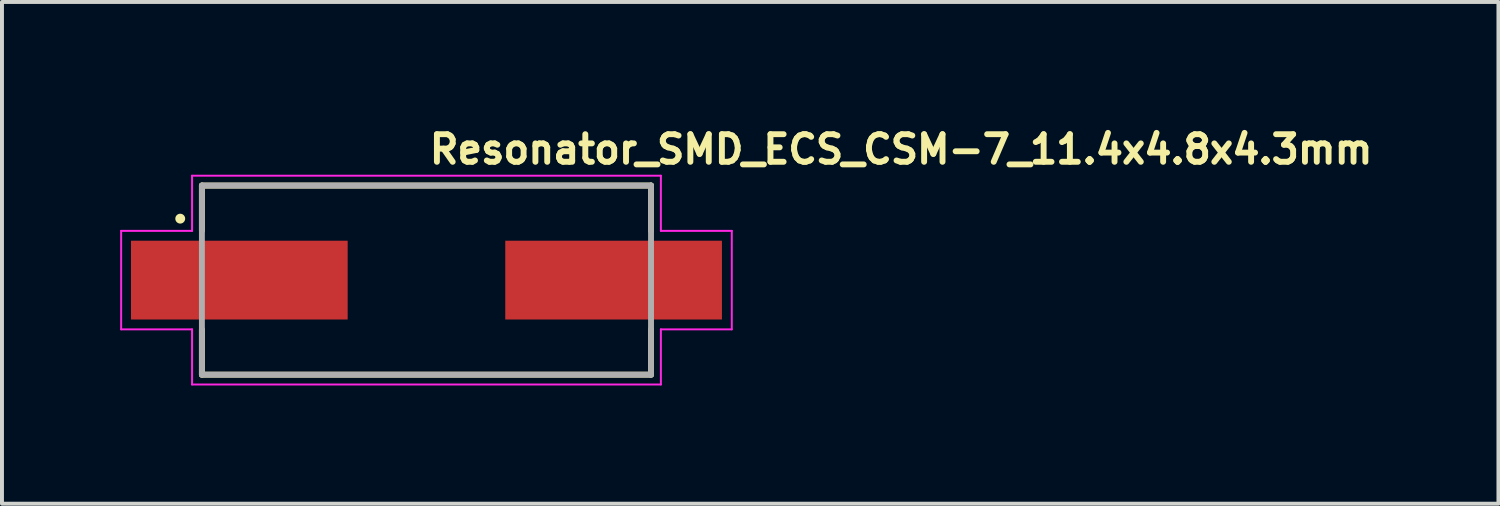
<source format=kicad_pcb>
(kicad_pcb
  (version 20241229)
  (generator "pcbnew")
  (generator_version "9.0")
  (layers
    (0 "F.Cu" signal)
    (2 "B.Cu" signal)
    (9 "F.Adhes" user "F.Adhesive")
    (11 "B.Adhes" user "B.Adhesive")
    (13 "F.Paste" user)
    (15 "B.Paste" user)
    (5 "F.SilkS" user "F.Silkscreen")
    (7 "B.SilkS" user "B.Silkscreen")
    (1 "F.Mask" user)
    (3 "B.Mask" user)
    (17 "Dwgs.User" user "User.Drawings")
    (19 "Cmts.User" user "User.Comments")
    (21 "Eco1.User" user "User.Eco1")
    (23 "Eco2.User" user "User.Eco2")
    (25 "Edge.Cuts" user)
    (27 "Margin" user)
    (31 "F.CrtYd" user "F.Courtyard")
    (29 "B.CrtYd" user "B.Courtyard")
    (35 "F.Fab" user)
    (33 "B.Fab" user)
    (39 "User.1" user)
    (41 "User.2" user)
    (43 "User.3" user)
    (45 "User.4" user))
  (footprint "Resonator_SMD_ECS_CSM-7_11.4x4.8x4.3mm"
    (layer "F.Cu")
    (at 7.775 4.05)
    (property "Reference" "Resonator_SMD_ECS_CSM-7_11.4x4.8x4.3mm" (at 0 -2.9 0) (layer "F.SilkS") (effects (font (size 0.7 0.7) (thickness 0.15)) (justify left bottom)))
    (attr smd)
    (fp_line (start -5.7 -2.39) (end 5.7 -2.39) (stroke (width 0.15) (type solid)) (layer "F.SilkS"))
    (fp_line (start -5.7 -1.244) (end -5.7 -2.39) (stroke (width 0.15) (type solid)) (layer "F.SilkS"))
    (fp_line (start -5.7 2.41) (end -5.7 1.264) (stroke (width 0.15) (type solid)) (layer "F.SilkS"))
    (fp_line (start 5.7 -2.39) (end 5.7 -1.244) (stroke (width 0.15) (type solid)) (layer "F.SilkS"))
    (fp_line (start 5.7 1.264) (end 5.7 2.41) (stroke (width 0.15) (type solid)) (layer "F.SilkS"))
    (fp_line (start 5.7 2.41) (end -5.7 2.41) (stroke (width 0.15) (type solid)) (layer "F.SilkS"))
    (fp_circle (center -6.25 -1.55) (end -6.2 -1.55) (stroke (width 0.15) (type solid)) (fill yes) (layer "F.SilkS"))
    (fp_line (start -7.75 -1.24) (end -5.95 -1.24) (stroke (width 0.05) (type solid)) (layer "F.CrtYd"))
    (fp_line (start -7.75 1.26) (end -7.75 -1.24) (stroke (width 0.05) (type solid)) (layer "F.CrtYd"))
    (fp_line (start -5.95 -2.64) (end 5.95 -2.64) (stroke (width 0.05) (type solid)) (layer "F.CrtYd"))
    (fp_line (start -5.95 -1.24) (end -5.95 -2.64) (stroke (width 0.05) (type solid)) (layer "F.CrtYd"))
    (fp_line (start -5.95 1.26) (end -7.75 1.26) (stroke (width 0.05) (type solid)) (layer "F.CrtYd"))
    (fp_line (start -5.95 2.66) (end -5.95 1.26) (stroke (width 0.05) (type solid)) (layer "F.CrtYd"))
    (fp_line (start 5.95 -2.64) (end 5.95 -1.24) (stroke (width 0.05) (type solid)) (layer "F.CrtYd"))
    (fp_line (start 5.95 -1.24) (end 7.75 -1.24) (stroke (width 0.05) (type solid)) (layer "F.CrtYd"))
    (fp_line (start 5.95 1.26) (end 5.95 2.66) (stroke (width 0.05) (type solid)) (layer "F.CrtYd"))
    (fp_line (start 5.95 2.66) (end -5.95 2.66) (stroke (width 0.05) (type solid)) (layer "F.CrtYd"))
    (fp_line (start 7.75 -1.24) (end 7.75 1.26) (stroke (width 0.05) (type solid)) (layer "F.CrtYd"))
    (fp_line (start 7.75 1.26) (end 5.95 1.26) (stroke (width 0.05) (type solid)) (layer "F.CrtYd"))
    (fp_line (start -5.7 -2.39) (end -5.7 2.41) (stroke (width 0.15) (type solid)) (layer "F.Fab"))
    (fp_line (start -5.7 2.41) (end 5.7 2.41) (stroke (width 0.15) (type solid)) (layer "F.Fab"))
    (fp_line (start 5.7 -2.39) (end -5.7 -2.39) (stroke (width 0.15) (type solid)) (layer "F.Fab"))
    (fp_line (start 5.7 2.41) (end 5.7 -2.39) (stroke (width 0.15) (type solid)) (layer "F.Fab"))
    (fp_rect (start -6.6 -2.4) (end 6.6 2.4) (stroke (width 0.1) (type solid)) (fill no) (layer "User.5"))
    (fp_line (start -6.6 -0.305) (end -5.7 -0.305) (stroke (width 0.02) (type solid)) (layer "User.9"))
    (fp_line (start -6.6 0.325) (end -6.6 -0.305) (stroke (width 0.02) (type solid)) (layer "User.9"))
    (fp_line (start -5.7 -2.4) (end 5.7 -2.4) (stroke (width 0.02) (type solid)) (layer "User.9"))
    (fp_line (start -5.7 0.325) (end -6.6 0.325) (stroke (width 0.02) (type solid)) (layer "User.9"))
    (fp_line (start -5.7 2.4) (end -5.7 -2.4) (stroke (width 0.02) (type solid)) (layer "User.9"))
    (fp_line (start -5.675 0) (end -5.675 0) (stroke (width 0.02) (type solid)) (layer "User.9"))
    (fp_line (start -5.675 0) (end -5.672 -0.118) (stroke (width 0.02) (type solid)) (layer "User.9"))
    (fp_line (start -5.672 -0.118) (end -5.664 -0.235) (stroke (width 0.02) (type solid)) (layer "User.9"))
    (fp_line (start -5.672 0.118) (end -5.675 0) (stroke (width 0.02) (type solid)) (layer "User.9"))
    (fp_line (start -5.664 -0.235) (end -5.649 -0.352) (stroke (width 0.02) (type solid)) (layer "User.9"))
    (fp_line (start -5.664 0.235) (end -5.672 0.118) (stroke (width 0.02) (type solid)) (layer "User.9"))
    (fp_line (start -5.649 -0.352) (end -5.629 -0.468) (stroke (width 0.02) (type solid)) (layer "User.9"))
    (fp_line (start -5.649 0.352) (end -5.664 0.235) (stroke (width 0.02) (type solid)) (layer "User.9"))
    (fp_line (start -5.629 -0.468) (end -5.603 -0.583) (stroke (width 0.02) (type solid)) (layer "User.9"))
    (fp_line (start -5.629 0.468) (end -5.649 0.352) (stroke (width 0.02) (type solid)) (layer "User.9"))
    (fp_line (start -5.603 -0.583) (end -5.572 -0.696) (stroke (width 0.02) (type solid)) (layer "User.9"))
    (fp_line (start -5.603 0.583) (end -5.629 0.468) (stroke (width 0.02) (type solid)) (layer "User.9"))
    (fp_line (start -5.572 -0.696) (end -5.534 -0.808) (stroke (width 0.02) (type solid)) (layer "User.9"))
    (fp_line (start -5.572 0.696) (end -5.603 0.583) (stroke (width 0.02) (type solid)) (layer "User.9"))
    (fp_line (start -5.534 -0.808) (end -5.492 -0.917) (stroke (width 0.02) (type solid)) (layer "User.9"))
    (fp_line (start -5.534 0.808) (end -5.572 0.696) (stroke (width 0.02) (type solid)) (layer "User.9"))
    (fp_line (start -5.492 -0.917) (end -5.444 -1.025) (stroke (width 0.02) (type solid)) (layer "User.9"))
    (fp_line (start -5.492 0.917) (end -5.534 0.808) (stroke (width 0.02) (type solid)) (layer "User.9"))
    (fp_line (start -5.444 -1.025) (end -5.392 -1.13) (stroke (width 0.02) (type solid)) (layer "User.9"))
    (fp_line (start -5.444 1.025) (end -5.492 0.917) (stroke (width 0.02) (type solid)) (layer "User.9"))
    (fp_line (start -5.392 -1.13) (end -5.334 -1.232) (stroke (width 0.02) (type solid)) (layer "User.9"))
    (fp_line (start -5.392 1.13) (end -5.444 1.025) (stroke (width 0.02) (type solid)) (layer "User.9"))
    (fp_line (start -5.334 -1.232) (end -5.271 -1.332) (stroke (width 0.02) (type solid)) (layer "User.9"))
    (fp_line (start -5.334 1.232) (end -5.392 1.13) (stroke (width 0.02) (type solid)) (layer "User.9"))
    (fp_line (start -5.271 -1.332) (end -5.203 -1.428) (stroke (width 0.02) (type solid)) (layer "User.9"))
    (fp_line (start -5.271 1.332) (end -5.334 1.232) (stroke (width 0.02) (type solid)) (layer "User.9"))
    (fp_line (start -5.216 -0.054) (end -5.214 -0.107) (stroke (width 0.02) (type solid)) (layer "User.9"))
    (fp_line (start -5.216 0) (end -5.216 -0.054) (stroke (width 0.02) (type solid)) (layer "User.9"))
    (fp_line (start -5.216 0) (end -5.211 -0.149) (stroke (width 0.02) (type solid)) (layer "User.9"))
    (fp_line (start -5.214 -0.107) (end -5.211 -0.16) (stroke (width 0.02) (type solid)) (layer "User.9"))
    (fp_line (start -5.213 0.121) (end -5.215 0.071) (stroke (width 0.02) (type solid)) (layer "User.9"))
    (fp_line (start -5.211 -0.16) (end -5.206 -0.213) (stroke (width 0.02) (type solid)) (layer "User.9"))
    (fp_line (start -5.211 -0.149) (end -5.197 -0.297) (stroke (width 0.02) (type solid)) (layer "User.9"))
    (fp_line (start -5.211 0.149) (end -5.216 0) (stroke (width 0.02) (type solid)) (layer "User.9"))
    (fp_line (start -5.21 0.171) (end -5.213 0.121) (stroke (width 0.02) (type solid)) (layer "User.9"))
    (fp_line (start -5.206 -0.213) (end -5.201 -0.266) (stroke (width 0.02) (type solid)) (layer "User.9"))
    (fp_line (start -5.206 0.221) (end -5.21 0.171) (stroke (width 0.02) (type solid)) (layer "User.9"))
    (fp_line (start -5.203 -1.428) (end -5.131 -1.521) (stroke (width 0.02) (type solid)) (layer "User.9"))
    (fp_line (start -5.203 1.428) (end -5.271 1.332) (stroke (width 0.02) (type solid)) (layer "User.9"))
    (fp_line (start -5.201 -0.266) (end -5.194 -0.319) (stroke (width 0.02) (type solid)) (layer "User.9"))
    (fp_line (start -5.2 0.27) (end -5.206 0.221) (stroke (width 0.02) (type solid)) (layer "User.9"))
    (fp_line (start -5.197 -0.297) (end -5.173 -0.445) (stroke (width 0.02) (type solid)) (layer "User.9"))
    (fp_line (start -5.197 0.297) (end -5.211 0.149) (stroke (width 0.02) (type solid)) (layer "User.9"))
    (fp_line (start -5.194 -0.319) (end -5.186 -0.371) (stroke (width 0.02) (type solid)) (layer "User.9"))
    (fp_line (start -5.194 0.319) (end -5.2 0.27) (stroke (width 0.02) (type solid)) (layer "User.9"))
    (fp_line (start -5.187 0.368) (end -5.194 0.319) (stroke (width 0.02) (type solid)) (layer "User.9"))
    (fp_line (start -5.186 -0.371) (end -5.177 -0.423) (stroke (width 0.02) (type solid)) (layer "User.9"))
    (fp_line (start -5.178 0.417) (end -5.187 0.368) (stroke (width 0.02) (type solid)) (layer "User.9"))
    (fp_line (start -5.177 -0.423) (end -5.167 -0.475) (stroke (width 0.02) (type solid)) (layer "User.9"))
    (fp_line (start -5.173 -0.445) (end -5.139 -0.59) (stroke (width 0.02) (type solid)) (layer "User.9"))
    (fp_line (start -5.173 0.445) (end -5.197 0.297) (stroke (width 0.02) (type solid)) (layer "User.9"))
    (fp_line (start -5.169 0.466) (end -5.178 0.417) (stroke (width 0.02) (type solid)) (layer "User.9"))
    (fp_line (start -5.167 -0.475) (end -5.155 -0.527) (stroke (width 0.02) (type solid)) (layer "User.9"))
    (fp_line (start -5.158 0.514) (end -5.169 0.466) (stroke (width 0.02) (type solid)) (layer "User.9"))
    (fp_line (start -5.155 -0.527) (end -5.143 -0.578) (stroke (width 0.02) (type solid)) (layer "User.9"))
    (fp_line (start -5.147 0.562) (end -5.158 0.514) (stroke (width 0.02) (type solid)) (layer "User.9"))
    (fp_line (start -5.143 -0.578) (end -5.129 -0.629) (stroke (width 0.02) (type solid)) (layer "User.9"))
    (fp_line (start -5.139 -0.59) (end -5.096 -0.734) (stroke (width 0.02) (type solid)) (layer "User.9"))
    (fp_line (start -5.139 0.59) (end -5.173 0.445) (stroke (width 0.02) (type solid)) (layer "User.9"))
    (fp_line (start -5.134 0.61) (end -5.147 0.562) (stroke (width 0.02) (type solid)) (layer "User.9"))
    (fp_line (start -5.131 -1.521) (end -5.054 -1.61) (stroke (width 0.02) (type solid)) (layer "User.9"))
    (fp_line (start -5.131 1.521) (end -5.203 1.428) (stroke (width 0.02) (type solid)) (layer "User.9"))
    (fp_line (start -5.129 -0.629) (end -5.113 -0.68) (stroke (width 0.02) (type solid)) (layer "User.9"))
    (fp_line (start -5.12 0.658) (end -5.134 0.61) (stroke (width 0.02) (type solid)) (layer "User.9"))
    (fp_line (start -5.113 -0.68) (end -5.097 -0.731) (stroke (width 0.02) (type solid)) (layer "User.9"))
    (fp_line (start -5.105 0.705) (end -5.12 0.658) (stroke (width 0.02) (type solid)) (layer "User.9"))
    (fp_line (start -5.097 -0.731) (end -5.079 -0.781) (stroke (width 0.02) (type solid)) (layer "User.9"))
    (fp_line (start -5.096 -0.734) (end -5.043 -0.876) (stroke (width 0.02) (type solid)) (layer "User.9"))
    (fp_line (start -5.096 0.734) (end -5.139 0.59) (stroke (width 0.02) (type solid)) (layer "User.9"))
    (fp_line (start -5.09 0.753) (end -5.105 0.705) (stroke (width 0.02) (type solid)) (layer "User.9"))
    (fp_line (start -5.079 -0.781) (end -5.061 -0.832) (stroke (width 0.02) (type solid)) (layer "User.9"))
    (fp_line (start -5.073 0.8) (end -5.09 0.753) (stroke (width 0.02) (type solid)) (layer "User.9"))
    (fp_line (start -5.055 -0.847) (end -5.034 -0.898) (stroke (width 0.02) (type solid)) (layer "User.9"))
    (fp_line (start -5.055 0.847) (end -5.073 0.8) (stroke (width 0.02) (type solid)) (layer "User.9"))
    (fp_line (start -5.054 -1.61) (end -4.973 -1.695) (stroke (width 0.02) (type solid)) (layer "User.9"))
    (fp_line (start -5.054 1.61) (end -5.131 1.521) (stroke (width 0.02) (type solid)) (layer "User.9"))
    (fp_line (start -5.043 -0.876) (end -4.98 -1.015) (stroke (width 0.02) (type solid)) (layer "User.9"))
    (fp_line (start -5.043 0.876) (end -5.096 0.734) (stroke (width 0.02) (type solid)) (layer "User.9"))
    (fp_line (start -5.034 -0.898) (end -5.011 -0.949) (stroke (width 0.02) (type solid)) (layer "User.9"))
    (fp_line (start -5.012 0.947) (end -5.035 0.896) (stroke (width 0.02) (type solid)) (layer "User.9"))
    (fp_line (start -5.011 -0.949) (end -4.988 -0.999) (stroke (width 0.02) (type solid)) (layer "User.9"))
    (fp_line (start -4.989 0.998) (end -5.012 0.947) (stroke (width 0.02) (type solid)) (layer "User.9"))
    (fp_line (start -4.988 -0.999) (end -4.964 -1.048) (stroke (width 0.02) (type solid)) (layer "User.9"))
    (fp_line (start -4.98 -1.015) (end -4.908 -1.15) (stroke (width 0.02) (type solid)) (layer "User.9"))
    (fp_line (start -4.98 1.015) (end -5.043 0.876) (stroke (width 0.02) (type solid)) (layer "User.9"))
    (fp_line (start -4.973 -1.695) (end -4.973 -1.695) (stroke (width 0.02) (type solid)) (layer "User.9"))
    (fp_line (start -4.973 -1.695) (end -4.888 -1.777) (stroke (width 0.02) (type solid)) (layer "User.9"))
    (fp_line (start -4.973 1.695) (end -5.054 1.61) (stroke (width 0.02) (type solid)) (layer "User.9"))
    (fp_line (start -4.973 1.695) (end -4.973 1.695) (stroke (width 0.02) (type solid)) (layer "User.9"))
    (fp_line (start -4.964 -1.048) (end -4.938 -1.097) (stroke (width 0.02) (type solid)) (layer "User.9"))
    (fp_line (start -4.964 1.047) (end -4.989 0.998) (stroke (width 0.02) (type solid)) (layer "User.9"))
    (fp_line (start -4.938 -1.097) (end -4.911 -1.145) (stroke (width 0.02) (type solid)) (layer "User.9"))
    (fp_line (start -4.938 1.096) (end -4.964 1.047) (stroke (width 0.02) (type solid)) (layer "User.9"))
    (fp_line (start -4.916 0) (end -4.916 0) (stroke (width 0.02) (type solid)) (layer "User.9"))
    (fp_line (start -4.916 0) (end -4.914 -0.098) (stroke (width 0.02) (type solid)) (layer "User.9"))
    (fp_line (start -4.915 0.062) (end -4.916 0) (stroke (width 0.02) (type solid)) (layer "User.9"))
    (fp_line (start -4.914 -0.098) (end -4.907 -0.196) (stroke (width 0.02) (type solid)) (layer "User.9"))
    (fp_line (start -4.912 0.124) (end -4.915 0.062) (stroke (width 0.02) (type solid)) (layer "User.9"))
    (fp_line (start -4.912 1.145) (end -4.938 1.096) (stroke (width 0.02) (type solid)) (layer "User.9"))
    (fp_line (start -4.911 -1.145) (end -4.884 -1.192) (stroke (width 0.02) (type solid)) (layer "User.9"))
    (fp_line (start -4.908 -1.15) (end -4.908 -1.15) (stroke (width 0.02) (type solid)) (layer "User.9"))
    (fp_line (start -4.908 -1.15) (end -4.869 -1.216) (stroke (width 0.02) (type solid)) (layer "User.9"))
    (fp_line (start -4.908 1.15) (end -4.98 1.015) (stroke (width 0.02) (type solid)) (layer "User.9"))
    (fp_line (start -4.908 1.15) (end -4.908 1.15) (stroke (width 0.02) (type solid)) (layer "User.9"))
    (fp_line (start -4.907 -0.196) (end -4.895 -0.294) (stroke (width 0.02) (type solid)) (layer "User.9"))
    (fp_line (start -4.907 0.186) (end -4.912 0.124) (stroke (width 0.02) (type solid)) (layer "User.9"))
    (fp_line (start -4.901 0.248) (end -4.907 0.186) (stroke (width 0.02) (type solid)) (layer "User.9"))
    (fp_line (start -4.895 -0.294) (end -4.878 -0.39) (stroke (width 0.02) (type solid)) (layer "User.9"))
    (fp_line (start -4.892 0.31) (end -4.901 0.248) (stroke (width 0.02) (type solid)) (layer "User.9"))
    (fp_line (start -4.888 -1.777) (end -4.799 -1.854) (stroke (width 0.02) (type solid)) (layer "User.9"))
    (fp_line (start -4.888 1.777) (end -4.973 1.695) (stroke (width 0.02) (type solid)) (layer "User.9"))
    (fp_line (start -4.884 -1.192) (end -4.855 -1.239) (stroke (width 0.02) (type solid)) (layer "User.9"))
    (fp_line (start -4.884 1.192) (end -4.912 1.145) (stroke (width 0.02) (type solid)) (layer "User.9"))
    (fp_line (start -4.881 0.371) (end -4.892 0.31) (stroke (width 0.02) (type solid)) (layer "User.9"))
    (fp_line (start -4.878 -0.39) (end -4.856 -0.486) (stroke (width 0.02) (type solid)) (layer "User.9"))
    (fp_line (start -4.869 -1.216) (end -4.827 -1.28) (stroke (width 0.02) (type solid)) (layer "User.9"))
    (fp_line (start -4.869 0.432) (end -4.881 0.371) (stroke (width 0.02) (type solid)) (layer "User.9"))
    (fp_line (start -4.856 -0.486) (end -4.83 -0.581) (stroke (width 0.02) (type solid)) (layer "User.9"))
    (fp_line (start -4.855 -1.239) (end -4.825 -1.284) (stroke (width 0.02) (type solid)) (layer "User.9"))
    (fp_line (start -4.855 0.492) (end -4.869 0.432) (stroke (width 0.02) (type solid)) (layer "User.9"))
    (fp_line (start -4.855 0.492) (end -4.855 0.492) (stroke (width 0.02) (type solid)) (layer "User.9"))
    (fp_line (start -4.854 1.239) (end -4.884 1.192) (stroke (width 0.02) (type solid)) (layer "User.9"))
    (fp_line (start -4.847 0.52) (end -4.855 0.492) (stroke (width 0.02) (type solid)) (layer "User.9"))
    (fp_line (start -4.84 0.546) (end -4.847 0.52) (stroke (width 0.02) (type solid)) (layer "User.9"))
    (fp_line (start -4.833 0.571) (end -4.84 0.546) (stroke (width 0.02) (type solid)) (layer "User.9"))
    (fp_line (start -4.83 -0.581) (end -4.799 -0.674) (stroke (width 0.02) (type solid)) (layer "User.9"))
    (fp_line (start -4.827 -1.28) (end -4.784 -1.343) (stroke (width 0.02) (type solid)) (layer "User.9"))
    (fp_line (start -4.827 1.28) (end -4.908 1.15) (stroke (width 0.02) (type solid)) (layer "User.9"))
    (fp_line (start -4.826 0.593) (end -4.833 0.571) (stroke (width 0.02) (type solid)) (layer "User.9"))
    (fp_line (start -4.825 -1.284) (end -4.794 -1.329) (stroke (width 0.02) (type solid)) (layer "User.9"))
    (fp_line (start -4.824 1.285) (end -4.854 1.239) (stroke (width 0.02) (type solid)) (layer "User.9"))
    (fp_line (start -4.82 0.614) (end -4.826 0.593) (stroke (width 0.02) (type solid)) (layer "User.9"))
    (fp_line (start -4.814 0.633) (end -4.82 0.614) (stroke (width 0.02) (type solid)) (layer "User.9"))
    (fp_line (start -4.808 0.649) (end -4.814 0.633) (stroke (width 0.02) (type solid)) (layer "User.9"))
    (fp_line (start -4.803 0.665) (end -4.808 0.649) (stroke (width 0.02) (type solid)) (layer "User.9"))
    (fp_line (start -4.799 -1.854) (end -4.706 -1.926) (stroke (width 0.02) (type solid)) (layer "User.9"))
    (fp_line (start -4.799 -0.674) (end -4.764 -0.765) (stroke (width 0.02) (type solid)) (layer "User.9"))
    (fp_line (start -4.799 1.854) (end -4.888 1.777) (stroke (width 0.02) (type solid)) (layer "User.9"))
    (fp_line (start -4.794 -1.329) (end -4.761 -1.374) (stroke (width 0.02) (type solid)) (layer "User.9"))
    (fp_line (start -4.794 0.689) (end -4.803 0.665) (stroke (width 0.02) (type solid)) (layer "User.9"))
    (fp_line (start -4.793 1.33) (end -4.824 1.285) (stroke (width 0.02) (type solid)) (layer "User.9"))
    (fp_line (start -4.787 0.707) (end -4.794 0.689) (stroke (width 0.02) (type solid)) (layer "User.9"))
    (fp_line (start -4.784 -1.343) (end -4.738 -1.404) (stroke (width 0.02) (type solid)) (layer "User.9"))
    (fp_line (start -4.783 0.718) (end -4.787 0.707) (stroke (width 0.02) (type solid)) (layer "User.9"))
    (fp_line (start -4.781 0.722) (end -4.783 0.718) (stroke (width 0.02) (type solid)) (layer "User.9"))
    (fp_line (start -4.781 0.722) (end -4.781 0.722) (stroke (width 0.02) (type solid)) (layer "User.9"))
    (fp_line (start -4.77 0.75) (end -4.781 0.722) (stroke (width 0.02) (type solid)) (layer "User.9"))
    (fp_line (start -4.764 -0.765) (end -4.724 -0.855) (stroke (width 0.02) (type solid)) (layer "User.9"))
    (fp_line (start -4.761 -1.374) (end -4.728 -1.417) (stroke (width 0.02) (type solid)) (layer "User.9"))
    (fp_line (start -4.761 1.375) (end -4.793 1.33) (stroke (width 0.02) (type solid)) (layer "User.9"))
    (fp_line (start -4.759 0.778) (end -4.77 0.75) (stroke (width 0.02) (type solid)) (layer "User.9"))
    (fp_line (start -4.747 0.805) (end -4.759 0.778) (stroke (width 0.02) (type solid)) (layer "User.9"))
    (fp_line (start -4.738 -1.404) (end -4.691 -1.463) (stroke (width 0.02) (type solid)) (layer "User.9"))
    (fp_line (start -4.738 1.404) (end -4.827 1.28) (stroke (width 0.02) (type solid)) (layer "User.9"))
    (fp_line (start -4.734 0.833) (end -4.747 0.805) (stroke (width 0.02) (type solid)) (layer "User.9"))
    (fp_line (start -4.728 -1.417) (end -4.694 -1.46) (stroke (width 0.02) (type solid)) (layer "User.9"))
    (fp_line (start -4.727 1.419) (end -4.761 1.375) (stroke (width 0.02) (type solid)) (layer "User.9"))
    (fp_line (start -4.724 -0.855) (end -4.68 -0.943) (stroke (width 0.02) (type solid)) (layer "User.9"))
    (fp_line (start -4.721 0.86) (end -4.734 0.833) (stroke (width 0.02) (type solid)) (layer "User.9"))
    (fp_line (start -4.708 0.887) (end -4.721 0.86) (stroke (width 0.02) (type solid)) (layer "User.9"))
    (fp_line (start -4.706 -1.926) (end -4.609 -1.994) (stroke (width 0.02) (type solid)) (layer "User.9"))
    (fp_line (start -4.706 1.926) (end -4.799 1.854) (stroke (width 0.02) (type solid)) (layer "User.9"))
    (fp_line (start -4.695 0.914) (end -4.708 0.887) (stroke (width 0.02) (type solid)) (layer "User.9"))
    (fp_line (start -4.694 -1.46) (end -4.658 -1.502) (stroke (width 0.02) (type solid)) (layer "User.9"))
    (fp_line (start -4.692 1.462) (end -4.727 1.419) (stroke (width 0.02) (type solid)) (layer "User.9"))
    (fp_line (start -4.691 -1.463) (end -4.642 -1.52) (stroke (width 0.02) (type solid)) (layer "User.9"))
    (fp_line (start -4.681 0.941) (end -4.695 0.914) (stroke (width 0.02) (type solid)) (layer "User.9"))
    (fp_line (start -4.681 0.941) (end -4.681 0.941) (stroke (width 0.02) (type solid)) (layer "User.9"))
    (fp_line (start -4.68 -0.943) (end -4.632 -1.028) (stroke (width 0.02) (type solid)) (layer "User.9"))
    (fp_line (start -4.658 -1.502) (end -4.621 -1.544) (stroke (width 0.02) (type solid)) (layer "User.9"))
    (fp_line (start -4.657 1.504) (end -4.692 1.462) (stroke (width 0.02) (type solid)) (layer "User.9"))
    (fp_line (start -4.655 0.989) (end -4.681 0.941) (stroke (width 0.02) (type solid)) (layer "User.9"))
    (fp_line (start -4.642 -1.52) (end -4.591 -1.576) (stroke (width 0.02) (type solid)) (layer "User.9"))
    (fp_line (start -4.642 1.52) (end -4.738 1.404) (stroke (width 0.02) (type solid)) (layer "User.9"))
    (fp_line (start -4.632 -1.028) (end -4.579 -1.111) (stroke (width 0.02) (type solid)) (layer "User.9"))
    (fp_line (start -4.627 1.036) (end -4.655 0.989) (stroke (width 0.02) (type solid)) (layer "User.9"))
    (fp_line (start -4.621 -1.544) (end -4.584 -1.584) (stroke (width 0.02) (type solid)) (layer "User.9"))
    (fp_line (start -4.62 1.546) (end -4.657 1.504) (stroke (width 0.02) (type solid)) (layer "User.9"))
    (fp_line (start -4.609 -1.994) (end -4.51 -2.056) (stroke (width 0.02) (type solid)) (layer "User.9"))
    (fp_line (start -4.609 1.994) (end -4.706 1.926) (stroke (width 0.02) (type solid)) (layer "User.9"))
    (fp_line (start -4.598 1.083) (end -4.627 1.036) (stroke (width 0.02) (type solid)) (layer "User.9"))
    (fp_line (start -4.591 -1.576) (end -4.539 -1.63) (stroke (width 0.02) (type solid)) (layer "User.9"))
    (fp_line (start -4.582 1.586) (end -4.62 1.546) (stroke (width 0.02) (type solid)) (layer "User.9"))
    (fp_line (start -4.579 -1.111) (end -4.523 -1.192) (stroke (width 0.02) (type solid)) (layer "User.9"))
    (fp_line (start -4.568 1.128) (end -4.598 1.083) (stroke (width 0.02) (type solid)) (layer "User.9"))
    (fp_line (start -4.543 -1.626) (end -4.503 -1.665) (stroke (width 0.02) (type solid)) (layer "User.9"))
    (fp_line (start -4.543 1.626) (end -4.582 1.586) (stroke (width 0.02) (type solid)) (layer "User.9"))
    (fp_line (start -4.539 -1.63) (end -4.485 -1.682) (stroke (width 0.02) (type solid)) (layer "User.9"))
    (fp_line (start -4.539 1.63) (end -4.642 1.52) (stroke (width 0.02) (type solid)) (layer "User.9"))
    (fp_line (start -4.537 1.173) (end -4.568 1.128) (stroke (width 0.02) (type solid)) (layer "User.9"))
    (fp_line (start -4.523 -1.192) (end -4.463 -1.269) (stroke (width 0.02) (type solid)) (layer "User.9"))
    (fp_line (start -4.51 -2.056) (end -4.408 -2.114) (stroke (width 0.02) (type solid)) (layer "User.9"))
    (fp_line (start -4.51 2.056) (end -4.609 1.994) (stroke (width 0.02) (type solid)) (layer "User.9"))
    (fp_line (start -4.504 1.217) (end -4.537 1.173) (stroke (width 0.02) (type solid)) (layer "User.9"))
    (fp_line (start -4.503 -1.665) (end -4.462 -1.703) (stroke (width 0.02) (type solid)) (layer "User.9"))
    (fp_line (start -4.485 -1.682) (end -4.43 -1.732) (stroke (width 0.02) (type solid)) (layer "User.9"))
    (fp_line (start -4.47 1.26) (end -4.504 1.217) (stroke (width 0.02) (type solid)) (layer "User.9"))
    (fp_line (start -4.463 -1.269) (end -4.398 -1.343) (stroke (width 0.02) (type solid)) (layer "User.9"))
    (fp_line (start -4.462 -1.703) (end -4.42 -1.74) (stroke (width 0.02) (type solid)) (layer "User.9"))
    (fp_line (start -4.46 1.705) (end -4.5 1.667) (stroke (width 0.02) (type solid)) (layer "User.9"))
    (fp_line (start -4.435 1.302) (end -4.47 1.26) (stroke (width 0.02) (type solid)) (layer "User.9"))
    (fp_line (start -4.43 -1.732) (end -4.372 -1.78) (stroke (width 0.02) (type solid)) (layer "User.9"))
    (fp_line (start -4.43 1.732) (end -4.539 1.63) (stroke (width 0.02) (type solid)) (layer "User.9"))
    (fp_line (start -4.42 -1.74) (end -4.378 -1.776) (stroke (width 0.02) (type solid)) (layer "User.9"))
    (fp_line (start -4.418 1.742) (end -4.46 1.705) (stroke (width 0.02) (type solid)) (layer "User.9"))
    (fp_line (start -4.408 -2.114) (end -4.302 -2.167) (stroke (width 0.02) (type solid)) (layer "User.9"))
    (fp_line (start -4.408 2.114) (end -4.51 2.056) (stroke (width 0.02) (type solid)) (layer "User.9"))
    (fp_line (start -4.399 1.343) (end -4.435 1.302) (stroke (width 0.02) (type solid)) (layer "User.9"))
    (fp_line (start -4.398 -1.343) (end -4.331 -1.414) (stroke (width 0.02) (type solid)) (layer "User.9"))
    (fp_line (start -4.378 -1.776) (end -4.335 -1.811) (stroke (width 0.02) (type solid)) (layer "User.9"))
    (fp_line (start -4.376 1.777) (end -4.418 1.742) (stroke (width 0.02) (type solid)) (layer "User.9"))
    (fp_line (start -4.372 -1.78) (end -4.314 -1.827) (stroke (width 0.02) (type solid)) (layer "User.9"))
    (fp_line (start -4.362 1.383) (end -4.399 1.343) (stroke (width 0.02) (type solid)) (layer "User.9"))
    (fp_line (start -4.335 -1.811) (end -4.291 -1.844) (stroke (width 0.02) (type solid)) (layer "User.9"))
    (fp_line (start -4.333 1.812) (end -4.376 1.777) (stroke (width 0.02) (type solid)) (layer "User.9"))
    (fp_line (start -4.331 -1.414) (end -4.331 -1.414) (stroke (width 0.02) (type solid)) (layer "User.9"))
    (fp_line (start -4.331 -1.414) (end -4.26 -1.482) (stroke (width 0.02) (type solid)) (layer "User.9"))
    (fp_line (start -4.323 1.422) (end -4.362 1.383) (stroke (width 0.02) (type solid)) (layer "User.9"))
    (fp_line (start -4.314 -1.827) (end -4.254 -1.871) (stroke (width 0.02) (type solid)) (layer "User.9"))
    (fp_line (start -4.314 1.827) (end -4.43 1.732) (stroke (width 0.02) (type solid)) (layer "User.9"))
    (fp_line (start -4.302 -2.167) (end -4.195 -2.215) (stroke (width 0.02) (type solid)) (layer "User.9"))
    (fp_line (start -4.302 2.167) (end -4.408 2.114) (stroke (width 0.02) (type solid)) (layer "User.9"))
    (fp_line (start -4.291 -1.844) (end -4.247 -1.877) (stroke (width 0.02) (type solid)) (layer "User.9"))
    (fp_line (start -4.29 1.845) (end -4.333 1.812) (stroke (width 0.02) (type solid)) (layer "User.9"))
    (fp_line (start -4.284 1.459) (end -4.323 1.422) (stroke (width 0.02) (type solid)) (layer "User.9"))
    (fp_line (start -4.26 -1.482) (end -4.185 -1.546) (stroke (width 0.02) (type solid)) (layer "User.9"))
    (fp_line (start -4.254 -1.871) (end -4.193 -1.913) (stroke (width 0.02) (type solid)) (layer "User.9"))
    (fp_line (start -4.247 -1.877) (end -4.201 -1.908) (stroke (width 0.02) (type solid)) (layer "User.9"))
    (fp_line (start -4.246 1.877) (end -4.29 1.845) (stroke (width 0.02) (type solid)) (layer "User.9"))
    (fp_line (start -4.243 1.496) (end -4.284 1.459) (stroke (width 0.02) (type solid)) (layer "User.9"))
    (fp_line (start -4.202 1.532) (end -4.243 1.496) (stroke (width 0.02) (type solid)) (layer "User.9"))
    (fp_line (start -4.201 -1.908) (end -4.155 -1.938) (stroke (width 0.02) (type solid)) (layer "User.9"))
    (fp_line (start -4.201 1.908) (end -4.246 1.877) (stroke (width 0.02) (type solid)) (layer "User.9"))
    (fp_line (start -4.195 -2.215) (end -4.085 -2.257) (stroke (width 0.02) (type solid)) (layer "User.9"))
    (fp_line (start -4.195 2.215) (end -4.302 2.167) (stroke (width 0.02) (type solid)) (layer "User.9"))
    (fp_line (start -4.193 -1.913) (end -4.13 -1.954) (stroke (width 0.02) (type solid)) (layer "User.9"))
    (fp_line (start -4.193 1.913) (end -4.314 1.827) (stroke (width 0.02) (type solid)) (layer "User.9"))
    (fp_line (start -4.185 -1.546) (end -4.108 -1.607) (stroke (width 0.02) (type solid)) (layer "User.9"))
    (fp_line (start -4.16 1.567) (end -4.202 1.532) (stroke (width 0.02) (type solid)) (layer "User.9"))
    (fp_line (start -4.155 -1.938) (end -4.108 -1.967) (stroke (width 0.02) (type solid)) (layer "User.9"))
    (fp_line (start -4.155 1.938) (end -4.201 1.908) (stroke (width 0.02) (type solid)) (layer "User.9"))
    (fp_line (start -4.13 -1.954) (end -4.066 -1.992) (stroke (width 0.02) (type solid)) (layer "User.9"))
    (fp_line (start -4.116 1.6) (end -4.16 1.567) (stroke (width 0.02) (type solid)) (layer "User.9"))
    (fp_line (start -4.116 1.6) (end -4.116 1.6) (stroke (width 0.02) (type solid)) (layer "User.9"))
    (fp_line (start -4.108 -1.967) (end -4.061 -1.995) (stroke (width 0.02) (type solid)) (layer "User.9"))
    (fp_line (start -4.108 -1.607) (end -4.027 -1.663) (stroke (width 0.02) (type solid)) (layer "User.9"))
    (fp_line (start -4.108 1.967) (end -4.155 1.938) (stroke (width 0.02) (type solid)) (layer "User.9"))
    (fp_line (start -4.085 -2.257) (end -3.973 -2.294) (stroke (width 0.02) (type solid)) (layer "User.9"))
    (fp_line (start -4.085 2.257) (end -4.195 2.215) (stroke (width 0.02) (type solid)) (layer "User.9"))
    (fp_line (start -4.066 -1.992) (end -4.001 -2.028) (stroke (width 0.02) (type solid)) (layer "User.9"))
    (fp_line (start -4.066 1.992) (end -4.193 1.913) (stroke (width 0.02) (type solid)) (layer "User.9"))
    (fp_line (start -4.061 -1.995) (end -4.013 -2.022) (stroke (width 0.02) (type solid)) (layer "User.9"))
    (fp_line (start -4.061 1.995) (end -4.108 1.967) (stroke (width 0.02) (type solid)) (layer "User.9"))
    (fp_line (start -4.051 1.647) (end -4.116 1.6) (stroke (width 0.02) (type solid)) (layer "User.9"))
    (fp_line (start -4.027 -1.663) (end -3.944 -1.716) (stroke (width 0.02) (type solid)) (layer "User.9"))
    (fp_line (start -4.013 -2.022) (end -3.964 -2.048) (stroke (width 0.02) (type solid)) (layer "User.9"))
    (fp_line (start -4.013 2.022) (end -4.061 1.995) (stroke (width 0.02) (type solid)) (layer "User.9"))
    (fp_line (start -4.001 -2.028) (end -3.935 -2.062) (stroke (width 0.02) (type solid)) (layer "User.9"))
    (fp_line (start -3.984 1.691) (end -4.051 1.647) (stroke (width 0.02) (type solid)) (layer "User.9"))
    (fp_line (start -3.973 -2.294) (end -3.86 -2.326) (stroke (width 0.02) (type solid)) (layer "User.9"))
    (fp_line (start -3.973 2.294) (end -4.085 2.257) (stroke (width 0.02) (type solid)) (layer "User.9"))
    (fp_line (start -3.965 2.047) (end -4.013 2.022) (stroke (width 0.02) (type solid)) (layer "User.9"))
    (fp_line (start -3.964 -2.048) (end -3.914 -2.073) (stroke (width 0.02) (type solid)) (layer "User.9"))
    (fp_line (start -3.944 -1.716) (end -3.859 -1.764) (stroke (width 0.02) (type solid)) (layer "User.9"))
    (fp_line (start -3.935 -2.062) (end -3.868 -2.094) (stroke (width 0.02) (type solid)) (layer "User.9"))
    (fp_line (start -3.935 2.062) (end -4.066 1.992) (stroke (width 0.02) (type solid)) (layer "User.9"))
    (fp_line (start -3.915 1.733) (end -3.984 1.691) (stroke (width 0.02) (type solid)) (layer "User.9"))
    (fp_line (start -3.915 2.072) (end -3.965 2.047) (stroke (width 0.02) (type solid)) (layer "User.9"))
    (fp_line (start -3.914 -2.073) (end -3.863 -2.096) (stroke (width 0.02) (type solid)) (layer "User.9"))
    (fp_line (start -3.868 -2.094) (end -3.799 -2.124) (stroke (width 0.02) (type solid)) (layer "User.9"))
    (fp_line (start -3.865 2.095) (end -3.915 2.072) (stroke (width 0.02) (type solid)) (layer "User.9"))
    (fp_line (start -3.863 -2.096) (end -3.812 -2.118) (stroke (width 0.02) (type solid)) (layer "User.9"))
    (fp_line (start -3.86 -2.326) (end -3.745 -2.352) (stroke (width 0.02) (type solid)) (layer "User.9"))
    (fp_line (start -3.86 2.326) (end -3.973 2.294) (stroke (width 0.02) (type solid)) (layer "User.9"))
    (fp_line (start -3.859 -1.764) (end -3.771 -1.808) (stroke (width 0.02) (type solid)) (layer "User.9"))
    (fp_line (start -3.844 1.772) (end -3.915 1.733) (stroke (width 0.02) (type solid)) (layer "User.9"))
    (fp_line (start -3.814 2.117) (end -3.865 2.095) (stroke (width 0.02) (type solid)) (layer "User.9"))
    (fp_line (start -3.799 -2.124) (end -3.73 -2.151) (stroke (width 0.02) (type solid)) (layer "User.9"))
    (fp_line (start -3.799 2.124) (end -3.935 2.062) (stroke (width 0.02) (type solid)) (layer "User.9"))
    (fp_line (start -3.772 1.807) (end -3.844 1.772) (stroke (width 0.02) (type solid)) (layer "User.9"))
    (fp_line (start -3.771 -1.808) (end -3.681 -1.848) (stroke (width 0.02) (type solid)) (layer "User.9"))
    (fp_line (start -3.763 -2.139) (end -3.712 -2.158) (stroke (width 0.02) (type solid)) (layer "User.9"))
    (fp_line (start -3.763 2.139) (end -3.814 2.117) (stroke (width 0.02) (type solid)) (layer "User.9"))
    (fp_line (start -3.745 -2.352) (end -3.629 -2.372) (stroke (width 0.02) (type solid)) (layer "User.9"))
    (fp_line (start -3.745 2.352) (end -3.86 2.326) (stroke (width 0.02) (type solid)) (layer "User.9"))
    (fp_line (start -3.73 -2.151) (end -3.66 -2.177) (stroke (width 0.02) (type solid)) (layer "User.9"))
    (fp_line (start -3.712 -2.158) (end -3.66 -2.176) (stroke (width 0.02) (type solid)) (layer "User.9"))
    (fp_line (start -3.699 1.84) (end -3.772 1.807) (stroke (width 0.02) (type solid)) (layer "User.9"))
    (fp_line (start -3.697 2.163) (end -3.748 2.145) (stroke (width 0.02) (type solid)) (layer "User.9"))
    (fp_line (start -3.681 -1.848) (end -3.59 -1.883) (stroke (width 0.02) (type solid)) (layer "User.9"))
    (fp_line (start -3.66 -2.177) (end -3.588 -2.2) (stroke (width 0.02) (type solid)) (layer "User.9"))
    (fp_line (start -3.66 -2.176) (end -3.609 -2.193) (stroke (width 0.02) (type solid)) (layer "User.9"))
    (fp_line (start -3.66 2.177) (end -3.799 2.124) (stroke (width 0.02) (type solid)) (layer "User.9"))
    (fp_line (start -3.647 2.181) (end -3.697 2.163) (stroke (width 0.02) (type solid)) (layer "User.9"))
    (fp_line (start -3.629 -2.372) (end -3.513 -2.386) (stroke (width 0.02) (type solid)) (layer "User.9"))
    (fp_line (start -3.629 2.372) (end -3.745 2.352) (stroke (width 0.02) (type solid)) (layer "User.9"))
    (fp_line (start -3.624 1.87) (end -3.699 1.84) (stroke (width 0.02) (type solid)) (layer "User.9"))
    (fp_line (start -3.609 -2.193) (end -3.557 -2.209) (stroke (width 0.02) (type solid)) (layer "User.9"))
    (fp_line (start -3.596 2.197) (end -3.647 2.181) (stroke (width 0.02) (type solid)) (layer "User.9"))
    (fp_line (start -3.59 -1.883) (end -3.497 -1.914) (stroke (width 0.02) (type solid)) (layer "User.9"))
    (fp_line (start -3.588 -2.2) (end -3.516 -2.22) (stroke (width 0.02) (type solid)) (layer "User.9"))
    (fp_line (start -3.557 -2.209) (end -3.505 -2.224) (stroke (width 0.02) (type solid)) (layer "User.9"))
    (fp_line (start -3.549 1.897) (end -3.624 1.87) (stroke (width 0.02) (type solid)) (layer "User.9"))
    (fp_line (start -3.545 2.212) (end -3.596 2.197) (stroke (width 0.02) (type solid)) (layer "User.9"))
    (fp_line (start -3.516 -2.22) (end -3.443 -2.239) (stroke (width 0.02) (type solid)) (layer "User.9"))
    (fp_line (start -3.516 2.22) (end -3.66 2.177) (stroke (width 0.02) (type solid)) (layer "User.9"))
    (fp_line (start -3.513 -2.386) (end -3.395 -2.395) (stroke (width 0.02) (type solid)) (layer "User.9"))
    (fp_line (start -3.513 2.386) (end -3.629 2.372) (stroke (width 0.02) (type solid)) (layer "User.9"))
    (fp_line (start -3.505 -2.224) (end -3.453 -2.237) (stroke (width 0.02) (type solid)) (layer "User.9"))
    (fp_line (start -3.497 -1.914) (end -3.402 -1.94) (stroke (width 0.02) (type solid)) (layer "User.9"))
    (fp_line (start -3.494 2.226) (end -3.545 2.212) (stroke (width 0.02) (type solid)) (layer "User.9"))
    (fp_line (start -3.472 1.921) (end -3.549 1.897) (stroke (width 0.02) (type solid)) (layer "User.9"))
    (fp_line (start -3.453 -2.237) (end -3.4 -2.249) (stroke (width 0.02) (type solid)) (layer "User.9"))
    (fp_line (start -3.443 -2.239) (end -3.37 -2.255) (stroke (width 0.02) (type solid)) (layer "User.9"))
    (fp_line (start -3.443 2.239) (end -3.494 2.226) (stroke (width 0.02) (type solid)) (layer "User.9"))
    (fp_line (start -3.402 -1.94) (end -3.306 -1.962) (stroke (width 0.02) (type solid)) (layer "User.9"))
    (fp_line (start -3.4 -2.249) (end -3.347 -2.26) (stroke (width 0.02) (type solid)) (layer "User.9"))
    (fp_line (start -3.395 -2.395) (end -3.278 -2.398) (stroke (width 0.02) (type solid)) (layer "User.9"))
    (fp_line (start -3.395 2.395) (end -3.513 2.386) (stroke (width 0.02) (type solid)) (layer "User.9"))
    (fp_line (start -3.394 1.942) (end -3.472 1.921) (stroke (width 0.02) (type solid)) (layer "User.9"))
    (fp_line (start -3.391 2.251) (end -3.443 2.239) (stroke (width 0.02) (type solid)) (layer "User.9"))
    (fp_line (start -3.37 -2.255) (end -3.296 -2.269) (stroke (width 0.02) (type solid)) (layer "User.9"))
    (fp_line (start -3.37 2.255) (end -3.516 2.22) (stroke (width 0.02) (type solid)) (layer "User.9"))
    (fp_line (start -3.347 -2.26) (end -3.294 -2.269) (stroke (width 0.02) (type solid)) (layer "User.9"))
    (fp_line (start -3.339 2.261) (end -3.391 2.251) (stroke (width 0.02) (type solid)) (layer "User.9"))
    (fp_line (start -3.316 1.96) (end -3.394 1.942) (stroke (width 0.02) (type solid)) (layer "User.9"))
    (fp_line (start -3.306 -1.962) (end -3.21 -1.979) (stroke (width 0.02) (type solid)) (layer "User.9"))
    (fp_line (start -3.296 -2.269) (end -3.221 -2.28) (stroke (width 0.02) (type solid)) (layer "User.9"))
    (fp_line (start -3.294 -2.269) (end -3.241 -2.277) (stroke (width 0.02) (type solid)) (layer "User.9"))
    (fp_line (start -3.287 2.27) (end -3.339 2.261) (stroke (width 0.02) (type solid)) (layer "User.9"))
    (fp_line (start -3.278 2.398) (end -3.395 2.395) (stroke (width 0.02) (type solid)) (layer "User.9"))
    (fp_line (start -3.278 2.398) (end 3.278 2.398) (stroke (width 0.02) (type solid)) (layer "User.9"))
    (fp_line (start -3.241 -2.277) (end -3.188 -2.284) (stroke (width 0.02) (type solid)) (layer "User.9"))
    (fp_line (start -3.237 1.974) (end -3.316 1.96) (stroke (width 0.02) (type solid)) (layer "User.9"))
    (fp_line (start -3.235 2.278) (end -3.287 2.27) (stroke (width 0.02) (type solid)) (layer "User.9"))
    (fp_line (start -3.221 -2.28) (end -3.145 -2.289) (stroke (width 0.02) (type solid)) (layer "User.9"))
    (fp_line (start -3.221 2.28) (end -3.37 2.255) (stroke (width 0.02) (type solid)) (layer "User.9"))
    (fp_line (start -3.21 -1.979) (end -3.112 -1.991) (stroke (width 0.02) (type solid)) (layer "User.9"))
    (fp_line (start -3.188 -2.284) (end -3.134 -2.29) (stroke (width 0.02) (type solid)) (layer "User.9"))
    (fp_line (start -3.182 2.285) (end -3.235 2.278) (stroke (width 0.02) (type solid)) (layer "User.9"))
    (fp_line (start -3.157 1.986) (end -3.237 1.974) (stroke (width 0.02) (type solid)) (layer "User.9"))
    (fp_line (start -3.145 -2.289) (end -3.069 -2.295) (stroke (width 0.02) (type solid)) (layer "User.9"))
    (fp_line (start -3.134 -2.29) (end -3.08 -2.294) (stroke (width 0.02) (type solid)) (layer "User.9"))
    (fp_line (start -3.13 2.29) (end -3.182 2.285) (stroke (width 0.02) (type solid)) (layer "User.9"))
    (fp_line (start -3.112 -1.991) (end -3.014 -1.998) (stroke (width 0.02) (type solid)) (layer "User.9"))
    (fp_line (start -3.08 -2.294) (end -3.026 -2.297) (stroke (width 0.02) (type solid)) (layer "User.9"))
    (fp_line (start -3.077 1.994) (end -3.157 1.986) (stroke (width 0.02) (type solid)) (layer "User.9"))
    (fp_line (start -3.077 2.294) (end -3.13 2.29) (stroke (width 0.02) (type solid)) (layer "User.9"))
    (fp_line (start -3.069 -2.295) (end -2.993 -2.299) (stroke (width 0.02) (type solid)) (layer "User.9"))
    (fp_line (start -3.069 2.295) (end -3.221 2.28) (stroke (width 0.02) (type solid)) (layer "User.9"))
    (fp_line (start -3.026 -2.297) (end -2.971 -2.299) (stroke (width 0.02) (type solid)) (layer "User.9"))
    (fp_line (start -3.023 2.298) (end -3.077 2.294) (stroke (width 0.02) (type solid)) (layer "User.9"))
    (fp_line (start -3.014 -1.998) (end -2.916 -2) (stroke (width 0.02) (type solid)) (layer "User.9"))
    (fp_line (start -2.997 1.998) (end -3.077 1.994) (stroke (width 0.02) (type solid)) (layer "User.9"))
    (fp_line (start -2.993 -2.299) (end -2.916 -2.3) (stroke (width 0.02) (type solid)) (layer "User.9"))
    (fp_line (start -2.971 -2.299) (end -2.916 -2.3) (stroke (width 0.02) (type solid)) (layer "User.9"))
    (fp_line (start -2.97 2.299) (end -3.023 2.298) (stroke (width 0.02) (type solid)) (layer "User.9"))
    (fp_line (start -2.916 2) (end -2.997 1.998) (stroke (width 0.02) (type solid)) (layer "User.9"))
    (fp_line (start -2.916 2.3) (end -3.069 2.295) (stroke (width 0.02) (type solid)) (layer "User.9"))
    (fp_line (start -2.916 2.3) (end -2.97 2.299) (stroke (width 0.02) (type solid)) (layer "User.9"))
    (fp_line (start -2.916 2.3) (end 2.784 2.3) (stroke (width 0.02) (type solid)) (layer "User.9"))
    (fp_line (start 2.784 -2.3) (end -2.916 -2.3) (stroke (width 0.02) (type solid)) (layer "User.9"))
    (fp_line (start 2.784 -2.3) (end 2.838 -2.299) (stroke (width 0.02) (type solid)) (layer "User.9"))
    (fp_line (start 2.784 -2.3) (end 2.898 -2.297) (stroke (width 0.02) (type solid)) (layer "User.9"))
    (fp_line (start 2.784 -2) (end 2.864 -1.998) (stroke (width 0.02) (type solid)) (layer "User.9"))
    (fp_line (start 2.784 2.3) (end -2.916 2.3) (stroke (width 0.02) (type solid)) (layer "User.9"))
    (fp_line (start 2.838 -2.299) (end 2.891 -2.298) (stroke (width 0.02) (type solid)) (layer "User.9"))
    (fp_line (start 2.839 2.299) (end 2.784 2.3) (stroke (width 0.02) (type solid)) (layer "User.9"))
    (fp_line (start 2.864 -1.998) (end 2.945 -1.994) (stroke (width 0.02) (type solid)) (layer "User.9"))
    (fp_line (start 2.882 1.998) (end 2.784 2) (stroke (width 0.02) (type solid)) (layer "User.9"))
    (fp_line (start 2.891 -2.298) (end 2.944 -2.294) (stroke (width 0.02) (type solid)) (layer "User.9"))
    (fp_line (start 2.893 2.297) (end 2.839 2.299) (stroke (width 0.02) (type solid)) (layer "User.9"))
    (fp_line (start 2.898 -2.297) (end 3.011 -2.289) (stroke (width 0.02) (type solid)) (layer "User.9"))
    (fp_line (start 2.898 2.297) (end 2.784 2.3) (stroke (width 0.02) (type solid)) (layer "User.9"))
    (fp_line (start 2.944 -2.294) (end 2.997 -2.29) (stroke (width 0.02) (type solid)) (layer "User.9"))
    (fp_line (start 2.945 -1.994) (end 3.025 -1.986) (stroke (width 0.02) (type solid)) (layer "User.9"))
    (fp_line (start 2.947 2.294) (end 2.893 2.297) (stroke (width 0.02) (type solid)) (layer "User.9"))
    (fp_line (start 2.98 1.991) (end 2.882 1.998) (stroke (width 0.02) (type solid)) (layer "User.9"))
    (fp_line (start 2.997 -2.29) (end 3.05 -2.285) (stroke (width 0.02) (type solid)) (layer "User.9"))
    (fp_line (start 3.001 2.29) (end 2.947 2.294) (stroke (width 0.02) (type solid)) (layer "User.9"))
    (fp_line (start 3.011 -2.289) (end 3.123 -2.275) (stroke (width 0.02) (type solid)) (layer "User.9"))
    (fp_line (start 3.011 2.289) (end 2.898 2.297) (stroke (width 0.02) (type solid)) (layer "User.9"))
    (fp_line (start 3.025 -1.986) (end 3.104 -1.974) (stroke (width 0.02) (type solid)) (layer "User.9"))
    (fp_line (start 3.05 -2.285) (end 3.103 -2.278) (stroke (width 0.02) (type solid)) (layer "User.9"))
    (fp_line (start 3.055 2.284) (end 3.001 2.29) (stroke (width 0.02) (type solid)) (layer "User.9"))
    (fp_line (start 3.077 1.979) (end 2.98 1.991) (stroke (width 0.02) (type solid)) (layer "User.9"))
    (fp_line (start 3.103 -2.278) (end 3.155 -2.27) (stroke (width 0.02) (type solid)) (layer "User.9"))
    (fp_line (start 3.104 -1.974) (end 3.183 -1.96) (stroke (width 0.02) (type solid)) (layer "User.9"))
    (fp_line (start 3.109 2.277) (end 3.055 2.284) (stroke (width 0.02) (type solid)) (layer "User.9"))
    (fp_line (start 3.123 -2.275) (end 3.235 -2.255) (stroke (width 0.02) (type solid)) (layer "User.9"))
    (fp_line (start 3.123 2.275) (end 3.011 2.289) (stroke (width 0.02) (type solid)) (layer "User.9"))
    (fp_line (start 3.155 -2.27) (end 3.207 -2.261) (stroke (width 0.02) (type solid)) (layer "User.9"))
    (fp_line (start 3.162 2.269) (end 3.109 2.277) (stroke (width 0.02) (type solid)) (layer "User.9"))
    (fp_line (start 3.174 1.962) (end 3.077 1.979) (stroke (width 0.02) (type solid)) (layer "User.9"))
    (fp_line (start 3.183 -1.96) (end 3.262 -1.942) (stroke (width 0.02) (type solid)) (layer "User.9"))
    (fp_line (start 3.207 -2.261) (end 3.259 -2.251) (stroke (width 0.02) (type solid)) (layer "User.9"))
    (fp_line (start 3.215 2.26) (end 3.162 2.269) (stroke (width 0.02) (type solid)) (layer "User.9"))
    (fp_line (start 3.235 -2.255) (end 3.344 -2.231) (stroke (width 0.02) (type solid)) (layer "User.9"))
    (fp_line (start 3.235 2.255) (end 3.123 2.275) (stroke (width 0.02) (type solid)) (layer "User.9"))
    (fp_line (start 3.259 -2.251) (end 3.31 -2.239) (stroke (width 0.02) (type solid)) (layer "User.9"))
    (fp_line (start 3.262 -1.942) (end 3.339 -1.921) (stroke (width 0.02) (type solid)) (layer "User.9"))
    (fp_line (start 3.268 2.249) (end 3.215 2.26) (stroke (width 0.02) (type solid)) (layer "User.9"))
    (fp_line (start 3.27 1.94) (end 3.174 1.962) (stroke (width 0.02) (type solid)) (layer "User.9"))
    (fp_line (start 3.278 -2.398) (end -3.278 -2.398) (stroke (width 0.02) (type solid)) (layer "User.9"))
    (fp_line (start 3.278 -2.398) (end 3.395 -2.395) (stroke (width 0.02) (type solid)) (layer "User.9"))
    (fp_line (start 3.31 -2.239) (end 3.362 -2.226) (stroke (width 0.02) (type solid)) (layer "User.9"))
    (fp_line (start 3.32 2.237) (end 3.268 2.249) (stroke (width 0.02) (type solid)) (layer "User.9"))
    (fp_line (start 3.339 -1.921) (end 3.416 -1.897) (stroke (width 0.02) (type solid)) (layer "User.9"))
    (fp_line (start 3.344 -2.231) (end 3.453 -2.201) (stroke (width 0.02) (type solid)) (layer "User.9"))
    (fp_line (start 3.344 2.231) (end 3.235 2.255) (stroke (width 0.02) (type solid)) (layer "User.9"))
    (fp_line (start 3.362 -2.226) (end 3.413 -2.212) (stroke (width 0.02) (type solid)) (layer "User.9"))
    (fp_line (start 3.364 1.914) (end 3.27 1.94) (stroke (width 0.02) (type solid)) (layer "User.9"))
    (fp_line (start 3.373 2.224) (end 3.32 2.237) (stroke (width 0.02) (type solid)) (layer "User.9"))
    (fp_line (start 3.395 -2.395) (end 3.513 -2.386) (stroke (width 0.02) (type solid)) (layer "User.9"))
    (fp_line (start 3.395 2.395) (end 3.278 2.398) (stroke (width 0.02) (type solid)) (layer "User.9"))
    (fp_line (start 3.413 -2.212) (end 3.464 -2.197) (stroke (width 0.02) (type solid)) (layer "User.9"))
    (fp_line (start 3.416 -1.897) (end 3.492 -1.87) (stroke (width 0.02) (type solid)) (layer "User.9"))
    (fp_line (start 3.425 2.209) (end 3.373 2.224) (stroke (width 0.02) (type solid)) (layer "User.9"))
    (fp_line (start 3.453 -2.201) (end 3.559 -2.165) (stroke (width 0.02) (type solid)) (layer "User.9"))
    (fp_line (start 3.453 2.201) (end 3.344 2.231) (stroke (width 0.02) (type solid)) (layer "User.9"))
    (fp_line (start 3.458 1.883) (end 3.364 1.914) (stroke (width 0.02) (type solid)) (layer "User.9"))
    (fp_line (start 3.464 -2.197) (end 3.515 -2.181) (stroke (width 0.02) (type solid)) (layer "User.9"))
    (fp_line (start 3.477 2.193) (end 3.425 2.209) (stroke (width 0.02) (type solid)) (layer "User.9"))
    (fp_line (start 3.492 -1.87) (end 3.567 -1.84) (stroke (width 0.02) (type solid)) (layer "User.9"))
    (fp_line (start 3.513 -2.386) (end 3.629 -2.372) (stroke (width 0.02) (type solid)) (layer "User.9"))
    (fp_line (start 3.513 2.386) (end 3.395 2.395) (stroke (width 0.02) (type solid)) (layer "User.9"))
    (fp_line (start 3.515 -2.181) (end 3.565 -2.163) (stroke (width 0.02) (type solid)) (layer "User.9"))
    (fp_line (start 3.528 2.176) (end 3.477 2.193) (stroke (width 0.02) (type solid)) (layer "User.9"))
    (fp_line (start 3.549 1.848) (end 3.458 1.883) (stroke (width 0.02) (type solid)) (layer "User.9"))
    (fp_line (start 3.559 -2.165) (end 3.664 -2.125) (stroke (width 0.02) (type solid)) (layer "User.9"))
    (fp_line (start 3.559 2.165) (end 3.453 2.201) (stroke (width 0.02) (type solid)) (layer "User.9"))
    (fp_line (start 3.565 -2.163) (end 3.615 -2.145) (stroke (width 0.02) (type solid)) (layer "User.9"))
    (fp_line (start 3.567 -1.84) (end 3.64 -1.807) (stroke (width 0.02) (type solid)) (layer "User.9"))
    (fp_line (start 3.579 2.158) (end 3.528 2.176) (stroke (width 0.02) (type solid)) (layer "User.9"))
    (fp_line (start 3.629 -2.372) (end 3.745 -2.352) (stroke (width 0.02) (type solid)) (layer "User.9"))
    (fp_line (start 3.629 2.372) (end 3.513 2.386) (stroke (width 0.02) (type solid)) (layer "User.9"))
    (fp_line (start 3.63 -2.139) (end 3.682 -2.117) (stroke (width 0.02) (type solid)) (layer "User.9"))
    (fp_line (start 3.63 2.139) (end 3.579 2.158) (stroke (width 0.02) (type solid)) (layer "User.9"))
    (fp_line (start 3.639 1.808) (end 3.549 1.848) (stroke (width 0.02) (type solid)) (layer "User.9"))
    (fp_line (start 3.64 -1.807) (end 3.712 -1.772) (stroke (width 0.02) (type solid)) (layer "User.9"))
    (fp_line (start 3.664 -2.125) (end 3.767 -2.079) (stroke (width 0.02) (type solid)) (layer "User.9"))
    (fp_line (start 3.664 2.125) (end 3.559 2.165) (stroke (width 0.02) (type solid)) (layer "User.9"))
    (fp_line (start 3.682 -2.117) (end 3.733 -2.095) (stroke (width 0.02) (type solid)) (layer "User.9"))
    (fp_line (start 3.712 -1.772) (end 3.783 -1.733) (stroke (width 0.02) (type solid)) (layer "User.9"))
    (fp_line (start 3.727 1.764) (end 3.639 1.808) (stroke (width 0.02) (type solid)) (layer "User.9"))
    (fp_line (start 3.731 2.096) (end 3.679 2.118) (stroke (width 0.02) (type solid)) (layer "User.9"))
    (fp_line (start 3.733 -2.095) (end 3.783 -2.072) (stroke (width 0.02) (type solid)) (layer "User.9"))
    (fp_line (start 3.745 -2.352) (end 3.86 -2.326) (stroke (width 0.02) (type solid)) (layer "User.9"))
    (fp_line (start 3.745 2.352) (end 3.629 2.372) (stroke (width 0.02) (type solid)) (layer "User.9"))
    (fp_line (start 3.767 -2.079) (end 3.867 -2.029) (stroke (width 0.02) (type solid)) (layer "User.9"))
    (fp_line (start 3.767 2.079) (end 3.664 2.125) (stroke (width 0.02) (type solid)) (layer "User.9"))
    (fp_line (start 3.781 2.073) (end 3.731 2.096) (stroke (width 0.02) (type solid)) (layer "User.9"))
    (fp_line (start 3.783 -2.072) (end 3.832 -2.047) (stroke (width 0.02) (type solid)) (layer "User.9"))
    (fp_line (start 3.783 -1.733) (end 3.851 -1.691) (stroke (width 0.02) (type solid)) (layer "User.9"))
    (fp_line (start 3.812 1.716) (end 3.727 1.764) (stroke (width 0.02) (type solid)) (layer "User.9"))
    (fp_line (start 3.831 2.048) (end 3.781 2.073) (stroke (width 0.02) (type solid)) (layer "User.9"))
    (fp_line (start 3.832 -2.047) (end 3.881 -2.022) (stroke (width 0.02) (type solid)) (layer "User.9"))
    (fp_line (start 3.851 -1.691) (end 3.919 -1.647) (stroke (width 0.02) (type solid)) (layer "User.9"))
    (fp_line (start 3.86 -2.326) (end 3.973 -2.294) (stroke (width 0.02) (type solid)) (layer "User.9"))
    (fp_line (start 3.86 2.326) (end 3.745 2.352) (stroke (width 0.02) (type solid)) (layer "User.9"))
    (fp_line (start 3.867 -2.029) (end 3.965 -1.974) (stroke (width 0.02) (type solid)) (layer "User.9"))
    (fp_line (start 3.867 2.029) (end 3.767 2.079) (stroke (width 0.02) (type solid)) (layer "User.9"))
    (fp_line (start 3.88 2.022) (end 3.831 2.048) (stroke (width 0.02) (type solid)) (layer "User.9"))
    (fp_line (start 3.881 -2.022) (end 3.929 -1.995) (stroke (width 0.02) (type solid)) (layer "User.9"))
    (fp_line (start 3.895 1.663) (end 3.812 1.716) (stroke (width 0.02) (type solid)) (layer "User.9"))
    (fp_line (start 3.919 -1.647) (end 3.984 -1.6) (stroke (width 0.02) (type solid)) (layer "User.9"))
    (fp_line (start 3.929 -1.995) (end 3.976 -1.967) (stroke (width 0.02) (type solid)) (layer "User.9"))
    (fp_line (start 3.929 1.995) (end 3.88 2.022) (stroke (width 0.02) (type solid)) (layer "User.9"))
    (fp_line (start 3.965 -1.974) (end 4.06 -1.914) (stroke (width 0.02) (type solid)) (layer "User.9"))
    (fp_line (start 3.965 1.974) (end 3.867 2.029) (stroke (width 0.02) (type solid)) (layer "User.9"))
    (fp_line (start 3.973 -2.294) (end 4.085 -2.257) (stroke (width 0.02) (type solid)) (layer "User.9"))
    (fp_line (start 3.973 2.294) (end 3.86 2.326) (stroke (width 0.02) (type solid)) (layer "User.9"))
    (fp_line (start 3.975 1.607) (end 3.895 1.663) (stroke (width 0.02) (type solid)) (layer "User.9"))
    (fp_line (start 3.976 -1.967) (end 4.022 -1.938) (stroke (width 0.02) (type solid)) (layer "User.9"))
    (fp_line (start 3.976 1.967) (end 3.929 1.995) (stroke (width 0.02) (type solid)) (layer "User.9"))
    (fp_line (start 3.984 -1.6) (end 3.984 -1.6) (stroke (width 0.02) (type solid)) (layer "User.9"))
    (fp_line (start 3.984 -1.6) (end 4.027 -1.567) (stroke (width 0.02) (type solid)) (layer "User.9"))
    (fp_line (start 4.022 -1.938) (end 4.068 -1.908) (stroke (width 0.02) (type solid)) (layer "User.9"))
    (fp_line (start 4.023 1.938) (end 3.976 1.967) (stroke (width 0.02) (type solid)) (layer "User.9"))
    (fp_line (start 4.027 -1.567) (end 4.07 -1.532) (stroke (width 0.02) (type solid)) (layer "User.9"))
    (fp_line (start 4.053 1.546) (end 3.975 1.607) (stroke (width 0.02) (type solid)) (layer "User.9"))
    (fp_line (start 4.06 -1.914) (end 4.152 -1.849) (stroke (width 0.02) (type solid)) (layer "User.9"))
    (fp_line (start 4.06 1.914) (end 3.965 1.974) (stroke (width 0.02) (type solid)) (layer "User.9"))
    (fp_line (start 4.068 -1.908) (end 4.113 -1.877) (stroke (width 0.02) (type solid)) (layer "User.9"))
    (fp_line (start 4.069 1.908) (end 4.023 1.938) (stroke (width 0.02) (type solid)) (layer "User.9"))
    (fp_line (start 4.07 -1.532) (end 4.111 -1.496) (stroke (width 0.02) (type solid)) (layer "User.9"))
    (fp_line (start 4.085 -2.257) (end 4.195 -2.215) (stroke (width 0.02) (type solid)) (layer "User.9"))
    (fp_line (start 4.085 2.257) (end 3.973 2.294) (stroke (width 0.02) (type solid)) (layer "User.9"))
    (fp_line (start 4.111 -1.496) (end 4.151 -1.459) (stroke (width 0.02) (type solid)) (layer "User.9"))
    (fp_line (start 4.113 -1.877) (end 4.157 -1.845) (stroke (width 0.02) (type solid)) (layer "User.9"))
    (fp_line (start 4.114 1.877) (end 4.069 1.908) (stroke (width 0.02) (type solid)) (layer "User.9"))
    (fp_line (start 4.127 1.482) (end 4.053 1.546) (stroke (width 0.02) (type solid)) (layer "User.9"))
    (fp_line (start 4.151 -1.459) (end 4.191 -1.422) (stroke (width 0.02) (type solid)) (layer "User.9"))
    (fp_line (start 4.152 -1.849) (end 4.241 -1.779) (stroke (width 0.02) (type solid)) (layer "User.9"))
    (fp_line (start 4.152 1.849) (end 4.06 1.914) (stroke (width 0.02) (type solid)) (layer "User.9"))
    (fp_line (start 4.157 -1.845) (end 4.201 -1.812) (stroke (width 0.02) (type solid)) (layer "User.9"))
    (fp_line (start 4.159 1.844) (end 4.114 1.877) (stroke (width 0.02) (type solid)) (layer "User.9"))
    (fp_line (start 4.191 -1.422) (end 4.229 -1.383) (stroke (width 0.02) (type solid)) (layer "User.9"))
    (fp_line (start 4.195 -2.215) (end 4.302 -2.167) (stroke (width 0.02) (type solid)) (layer "User.9"))
    (fp_line (start 4.195 2.215) (end 4.085 2.257) (stroke (width 0.02) (type solid)) (layer "User.9"))
    (fp_line (start 4.198 1.414) (end 4.127 1.482) (stroke (width 0.02) (type solid)) (layer "User.9"))
    (fp_line (start 4.198 1.414) (end 4.198 1.414) (stroke (width 0.02) (type solid)) (layer "User.9"))
    (fp_line (start 4.201 -1.812) (end 4.244 -1.777) (stroke (width 0.02) (type solid)) (layer "User.9"))
    (fp_line (start 4.203 1.811) (end 4.159 1.844) (stroke (width 0.02) (type solid)) (layer "User.9"))
    (fp_line (start 4.229 -1.383) (end 4.267 -1.343) (stroke (width 0.02) (type solid)) (layer "User.9"))
    (fp_line (start 4.241 -1.779) (end 4.328 -1.705) (stroke (width 0.02) (type solid)) (layer "User.9"))
    (fp_line (start 4.241 1.779) (end 4.152 1.849) (stroke (width 0.02) (type solid)) (layer "User.9"))
    (fp_line (start 4.244 -1.777) (end 4.286 -1.742) (stroke (width 0.02) (type solid)) (layer "User.9"))
    (fp_line (start 4.246 1.776) (end 4.203 1.811) (stroke (width 0.02) (type solid)) (layer "User.9"))
    (fp_line (start 4.266 1.343) (end 4.198 1.414) (stroke (width 0.02) (type solid)) (layer "User.9"))
    (fp_line (start 4.267 -1.343) (end 4.303 -1.302) (stroke (width 0.02) (type solid)) (layer "User.9"))
    (fp_line (start 4.286 -1.742) (end 4.327 -1.705) (stroke (width 0.02) (type solid)) (layer "User.9"))
    (fp_line (start 4.288 1.74) (end 4.246 1.776) (stroke (width 0.02) (type solid)) (layer "User.9"))
    (fp_line (start 4.302 -2.167) (end 4.408 -2.114) (stroke (width 0.02) (type solid)) (layer "User.9"))
    (fp_line (start 4.302 2.167) (end 4.195 2.215) (stroke (width 0.02) (type solid)) (layer "User.9"))
    (fp_line (start 4.303 -1.302) (end 4.338 -1.26) (stroke (width 0.02) (type solid)) (layer "User.9"))
    (fp_line (start 4.327 -1.705) (end 4.368 -1.667) (stroke (width 0.02) (type solid)) (layer "User.9"))
    (fp_line (start 4.328 -1.705) (end 4.41 -1.626) (stroke (width 0.02) (type solid)) (layer "User.9"))
    (fp_line (start 4.328 1.705) (end 4.241 1.779) (stroke (width 0.02) (type solid)) (layer "User.9"))
    (fp_line (start 4.329 1.703) (end 4.288 1.74) (stroke (width 0.02) (type solid)) (layer "User.9"))
    (fp_line (start 4.33 1.269) (end 4.266 1.343) (stroke (width 0.02) (type solid)) (layer "User.9"))
    (fp_line (start 4.338 -1.26) (end 4.372 -1.217) (stroke (width 0.02) (type solid)) (layer "User.9"))
    (fp_line (start 4.37 1.665) (end 4.329 1.703) (stroke (width 0.02) (type solid)) (layer "User.9"))
    (fp_line (start 4.372 -1.217) (end 4.405 -1.173) (stroke (width 0.02) (type solid)) (layer "User.9"))
    (fp_line (start 4.391 1.192) (end 4.33 1.269) (stroke (width 0.02) (type solid)) (layer "User.9"))
    (fp_line (start 4.405 -1.173) (end 4.436 -1.128) (stroke (width 0.02) (type solid)) (layer "User.9"))
    (fp_line (start 4.408 -2.114) (end 4.51 -2.056) (stroke (width 0.02) (type solid)) (layer "User.9"))
    (fp_line (start 4.408 2.114) (end 4.302 2.167) (stroke (width 0.02) (type solid)) (layer "User.9"))
    (fp_line (start 4.41 -1.626) (end 4.41 -1.626) (stroke (width 0.02) (type solid)) (layer "User.9"))
    (fp_line (start 4.41 -1.626) (end 4.449 -1.586) (stroke (width 0.02) (type solid)) (layer "User.9"))
    (fp_line (start 4.41 -1.626) (end 4.489 -1.544) (stroke (width 0.02) (type solid)) (layer "User.9"))
    (fp_line (start 4.41 1.626) (end 4.328 1.705) (stroke (width 0.02) (type solid)) (layer "User.9"))
    (fp_line (start 4.41 1.626) (end 4.37 1.665) (stroke (width 0.02) (type solid)) (layer "User.9"))
    (fp_line (start 4.41 1.626) (end 4.41 1.626) (stroke (width 0.02) (type solid)) (layer "User.9"))
    (fp_line (start 4.436 -1.128) (end 4.466 -1.083) (stroke (width 0.02) (type solid)) (layer "User.9"))
    (fp_line (start 4.447 1.111) (end 4.391 1.192) (stroke (width 0.02) (type solid)) (layer "User.9"))
    (fp_line (start 4.449 -1.586) (end 4.487 -1.546) (stroke (width 0.02) (type solid)) (layer "User.9"))
    (fp_line (start 4.466 -1.083) (end 4.495 -1.036) (stroke (width 0.02) (type solid)) (layer "User.9"))
    (fp_line (start 4.487 -1.546) (end 4.524 -1.504) (stroke (width 0.02) (type solid)) (layer "User.9"))
    (fp_line (start 4.489 -1.544) (end 4.563 -1.458) (stroke (width 0.02) (type solid)) (layer "User.9"))
    (fp_line (start 4.489 1.544) (end 4.41 1.626) (stroke (width 0.02) (type solid)) (layer "User.9"))
    (fp_line (start 4.489 1.544) (end 4.451 1.584) (stroke (width 0.02) (type solid)) (layer "User.9"))
    (fp_line (start 4.495 -1.036) (end 4.522 -0.989) (stroke (width 0.02) (type solid)) (layer "User.9"))
    (fp_line (start 4.499 1.028) (end 4.447 1.111) (stroke (width 0.02) (type solid)) (layer "User.9"))
    (fp_line (start 4.51 -2.056) (end 4.609 -1.994) (stroke (width 0.02) (type solid)) (layer "User.9"))
    (fp_line (start 4.51 2.056) (end 4.408 2.114) (stroke (width 0.02) (type solid)) (layer "User.9"))
    (fp_line (start 4.522 -0.989) (end 4.549 -0.941) (stroke (width 0.02) (type solid)) (layer "User.9"))
    (fp_line (start 4.524 -1.504) (end 4.56 -1.462) (stroke (width 0.02) (type solid)) (layer "User.9"))
    (fp_line (start 4.526 1.502) (end 4.489 1.544) (stroke (width 0.02) (type solid)) (layer "User.9"))
    (fp_line (start 4.548 0.943) (end 4.499 1.028) (stroke (width 0.02) (type solid)) (layer "User.9"))
    (fp_line (start 4.549 -0.941) (end 4.549 -0.941) (stroke (width 0.02) (type solid)) (layer "User.9"))
    (fp_line (start 4.549 -0.941) (end 4.562 -0.914) (stroke (width 0.02) (type solid)) (layer "User.9"))
    (fp_line (start 4.56 -1.462) (end 4.595 -1.419) (stroke (width 0.02) (type solid)) (layer "User.9"))
    (fp_line (start 4.561 1.46) (end 4.526 1.502) (stroke (width 0.02) (type solid)) (layer "User.9"))
    (fp_line (start 4.562 -0.914) (end 4.576 -0.887) (stroke (width 0.02) (type solid)) (layer "User.9"))
    (fp_line (start 4.563 -1.458) (end 4.632 -1.368) (stroke (width 0.02) (type solid)) (layer "User.9"))
    (fp_line (start 4.563 1.458) (end 4.489 1.544) (stroke (width 0.02) (type solid)) (layer "User.9"))
    (fp_line (start 4.576 -0.887) (end 4.589 -0.86) (stroke (width 0.02) (type solid)) (layer "User.9"))
    (fp_line (start 4.589 -0.86) (end 4.602 -0.833) (stroke (width 0.02) (type solid)) (layer "User.9"))
    (fp_line (start 4.592 0.855) (end 4.548 0.943) (stroke (width 0.02) (type solid)) (layer "User.9"))
    (fp_line (start 4.595 -1.419) (end 4.628 -1.375) (stroke (width 0.02) (type solid)) (layer "User.9"))
    (fp_line (start 4.596 1.417) (end 4.561 1.46) (stroke (width 0.02) (type solid)) (layer "User.9"))
    (fp_line (start 4.602 -0.833) (end 4.614 -0.805) (stroke (width 0.02) (type solid)) (layer "User.9"))
    (fp_line (start 4.609 -1.994) (end 4.706 -1.926) (stroke (width 0.02) (type solid)) (layer "User.9"))
    (fp_line (start 4.609 1.994) (end 4.51 2.056) (stroke (width 0.02) (type solid)) (layer "User.9"))
    (fp_line (start 4.614 -0.805) (end 4.626 -0.778) (stroke (width 0.02) (type solid)) (layer "User.9"))
    (fp_line (start 4.626 -0.778) (end 4.638 -0.75) (stroke (width 0.02) (type solid)) (layer "User.9"))
    (fp_line (start 4.628 -1.375) (end 4.661 -1.33) (stroke (width 0.02) (type solid)) (layer "User.9"))
    (fp_line (start 4.629 1.374) (end 4.596 1.417) (stroke (width 0.02) (type solid)) (layer "User.9"))
    (fp_line (start 4.631 0.765) (end 4.592 0.855) (stroke (width 0.02) (type solid)) (layer "User.9"))
    (fp_line (start 4.632 -1.368) (end 4.697 -1.276) (stroke (width 0.02) (type solid)) (layer "User.9"))
    (fp_line (start 4.632 1.368) (end 4.563 1.458) (stroke (width 0.02) (type solid)) (layer "User.9"))
    (fp_line (start 4.638 -0.75) (end 4.649 -0.722) (stroke (width 0.02) (type solid)) (layer "User.9"))
    (fp_line (start 4.649 -0.722) (end 4.649 -0.722) (stroke (width 0.02) (type solid)) (layer "User.9"))
    (fp_line (start 4.649 -0.722) (end 4.65 -0.718) (stroke (width 0.02) (type solid)) (layer "User.9"))
    (fp_line (start 4.65 -0.718) (end 4.655 -0.707) (stroke (width 0.02) (type solid)) (layer "User.9"))
    (fp_line (start 4.655 -0.707) (end 4.661 -0.689) (stroke (width 0.02) (type solid)) (layer "User.9"))
    (fp_line (start 4.661 -1.33) (end 4.692 -1.285) (stroke (width 0.02) (type solid)) (layer "User.9"))
    (fp_line (start 4.661 -0.689) (end 4.67 -0.665) (stroke (width 0.02) (type solid)) (layer "User.9"))
    (fp_line (start 4.661 1.329) (end 4.629 1.374) (stroke (width 0.02) (type solid)) (layer "User.9"))
    (fp_line (start 4.667 0.674) (end 4.631 0.765) (stroke (width 0.02) (type solid)) (layer "User.9"))
    (fp_line (start 4.67 -0.665) (end 4.676 -0.649) (stroke (width 0.02) (type solid)) (layer "User.9"))
    (fp_line (start 4.676 -0.649) (end 4.681 -0.633) (stroke (width 0.02) (type solid)) (layer "User.9"))
    (fp_line (start 4.681 -0.633) (end 4.687 -0.614) (stroke (width 0.02) (type solid)) (layer "User.9"))
    (fp_line (start 4.687 -0.614) (end 4.694 -0.593) (stroke (width 0.02) (type solid)) (layer "User.9"))
    (fp_line (start 4.692 -1.285) (end 4.722 -1.239) (stroke (width 0.02) (type solid)) (layer "User.9"))
    (fp_line (start 4.692 1.284) (end 4.661 1.329) (stroke (width 0.02) (type solid)) (layer "User.9"))
    (fp_line (start 4.694 -0.593) (end 4.701 -0.571) (stroke (width 0.02) (type solid)) (layer "User.9"))
    (fp_line (start 4.697 -1.276) (end 4.758 -1.181) (stroke (width 0.02) (type solid)) (layer "User.9"))
    (fp_line (start 4.697 1.276) (end 4.632 1.368) (stroke (width 0.02) (type solid)) (layer "User.9"))
    (fp_line (start 4.698 0.581) (end 4.667 0.674) (stroke (width 0.02) (type solid)) (layer "User.9"))
    (fp_line (start 4.701 -0.571) (end 4.708 -0.546) (stroke (width 0.02) (type solid)) (layer "User.9"))
    (fp_line (start 4.706 -1.926) (end 4.799 -1.854) (stroke (width 0.02) (type solid)) (layer "User.9"))
    (fp_line (start 4.706 1.926) (end 4.609 1.994) (stroke (width 0.02) (type solid)) (layer "User.9"))
    (fp_line (start 4.708 -0.546) (end 4.715 -0.52) (stroke (width 0.02) (type solid)) (layer "User.9"))
    (fp_line (start 4.715 -0.52) (end 4.722 -0.492) (stroke (width 0.02) (type solid)) (layer "User.9"))
    (fp_line (start 4.722 -1.239) (end 4.751 -1.192) (stroke (width 0.02) (type solid)) (layer "User.9"))
    (fp_line (start 4.722 -0.492) (end 4.722 -0.492) (stroke (width 0.02) (type solid)) (layer "User.9"))
    (fp_line (start 4.722 -0.492) (end 4.737 -0.432) (stroke (width 0.02) (type solid)) (layer "User.9"))
    (fp_line (start 4.722 1.239) (end 4.692 1.284) (stroke (width 0.02) (type solid)) (layer "User.9"))
    (fp_line (start 4.724 0.486) (end 4.698 0.581) (stroke (width 0.02) (type solid)) (layer "User.9"))
    (fp_line (start 4.737 -0.432) (end 4.749 -0.371) (stroke (width 0.02) (type solid)) (layer "User.9"))
    (fp_line (start 4.746 0.39) (end 4.724 0.486) (stroke (width 0.02) (type solid)) (layer "User.9"))
    (fp_line (start 4.749 -0.371) (end 4.76 -0.31) (stroke (width 0.02) (type solid)) (layer "User.9"))
    (fp_line (start 4.751 -1.192) (end 4.779 -1.145) (stroke (width 0.02) (type solid)) (layer "User.9"))
    (fp_line (start 4.751 1.192) (end 4.722 1.239) (stroke (width 0.02) (type solid)) (layer "User.9"))
    (fp_line (start 4.758 -1.181) (end 4.813 -1.083) (stroke (width 0.02) (type solid)) (layer "User.9"))
    (fp_line (start 4.758 1.181) (end 4.697 1.276) (stroke (width 0.02) (type solid)) (layer "User.9"))
    (fp_line (start 4.76 -0.31) (end 4.768 -0.248) (stroke (width 0.02) (type solid)) (layer "User.9"))
    (fp_line (start 4.762 0.294) (end 4.746 0.39) (stroke (width 0.02) (type solid)) (layer "User.9"))
    (fp_line (start 4.768 -0.248) (end 4.775 -0.186) (stroke (width 0.02) (type solid)) (layer "User.9"))
    (fp_line (start 4.775 -0.186) (end 4.78 -0.124) (stroke (width 0.02) (type solid)) (layer "User.9"))
    (fp_line (start 4.775 0.196) (end 4.762 0.294) (stroke (width 0.02) (type solid)) (layer "User.9"))
    (fp_line (start 4.779 -1.145) (end 4.806 -1.096) (stroke (width 0.02) (type solid)) (layer "User.9"))
    (fp_line (start 4.779 1.145) (end 4.751 1.192) (stroke (width 0.02) (type solid)) (layer "User.9"))
    (fp_line (start 4.78 -0.124) (end 4.783 -0.062) (stroke (width 0.02) (type solid)) (layer "User.9"))
    (fp_line (start 4.782 0.098) (end 4.775 0.196) (stroke (width 0.02) (type solid)) (layer "User.9"))
    (fp_line (start 4.783 -0.062) (end 4.784 0) (stroke (width 0.02) (type solid)) (layer "User.9"))
    (fp_line (start 4.784 0) (end 4.782 0.098) (stroke (width 0.02) (type solid)) (layer "User.9"))
    (fp_line (start 4.799 -1.854) (end 4.888 -1.777) (stroke (width 0.02) (type solid)) (layer "User.9"))
    (fp_line (start 4.799 1.854) (end 4.706 1.926) (stroke (width 0.02) (type solid)) (layer "User.9"))
    (fp_line (start 4.806 -1.096) (end 4.832 -1.047) (stroke (width 0.02) (type solid)) (layer "User.9"))
    (fp_line (start 4.806 1.097) (end 4.779 1.145) (stroke (width 0.02) (type solid)) (layer "User.9"))
    (fp_line (start 4.813 -1.083) (end 4.863 -0.983) (stroke (width 0.02) (type solid)) (layer "User.9"))
    (fp_line (start 4.813 1.083) (end 4.758 1.181) (stroke (width 0.02) (type solid)) (layer "User.9"))
    (fp_line (start 4.831 1.048) (end 4.806 1.097) (stroke (width 0.02) (type solid)) (layer "User.9"))
    (fp_line (start 4.832 -1.047) (end 4.856 -0.998) (stroke (width 0.02) (type solid)) (layer "User.9"))
    (fp_line (start 4.856 -0.998) (end 4.88 -0.947) (stroke (width 0.02) (type solid)) (layer "User.9"))
    (fp_line (start 4.856 0.999) (end 4.831 1.048) (stroke (width 0.02) (type solid)) (layer "User.9"))
    (fp_line (start 4.863 -0.983) (end 4.909 -0.88) (stroke (width 0.02) (type solid)) (layer "User.9"))
    (fp_line (start 4.863 0.983) (end 4.813 1.083) (stroke (width 0.02) (type solid)) (layer "User.9"))
    (fp_line (start 4.879 0.949) (end 4.856 0.999) (stroke (width 0.02) (type solid)) (layer "User.9"))
    (fp_line (start 4.88 -0.947) (end 4.902 -0.896) (stroke (width 0.02) (type solid)) (layer "User.9"))
    (fp_line (start 4.888 -1.777) (end 4.973 -1.695) (stroke (width 0.02) (type solid)) (layer "User.9"))
    (fp_line (start 4.888 1.777) (end 4.799 1.854) (stroke (width 0.02) (type solid)) (layer "User.9"))
    (fp_line (start 4.901 0.898) (end 4.879 0.949) (stroke (width 0.02) (type solid)) (layer "User.9"))
    (fp_line (start 4.909 -0.88) (end 4.949 -0.775) (stroke (width 0.02) (type solid)) (layer "User.9"))
    (fp_line (start 4.909 0.88) (end 4.863 0.983) (stroke (width 0.02) (type solid)) (layer "User.9"))
    (fp_line (start 4.922 -0.847) (end 4.94 -0.8) (stroke (width 0.02) (type solid)) (layer "User.9"))
    (fp_line (start 4.922 0.847) (end 4.901 0.898) (stroke (width 0.02) (type solid)) (layer "User.9"))
    (fp_line (start 4.922 0.847) (end 4.922 0.847) (stroke (width 0.02) (type solid)) (layer "User.9"))
    (fp_line (start 4.94 -0.8) (end 4.957 -0.753) (stroke (width 0.02) (type solid)) (layer "User.9"))
    (fp_line (start 4.942 0.795) (end 4.922 0.847) (stroke (width 0.02) (type solid)) (layer "User.9"))
    (fp_line (start 4.949 -0.775) (end 4.984 -0.669) (stroke (width 0.02) (type solid)) (layer "User.9"))
    (fp_line (start 4.949 0.775) (end 4.909 0.88) (stroke (width 0.02) (type solid)) (layer "User.9"))
    (fp_line (start 4.957 -0.753) (end 4.973 -0.705) (stroke (width 0.02) (type solid)) (layer "User.9"))
    (fp_line (start 4.96 0.744) (end 4.942 0.795) (stroke (width 0.02) (type solid)) (layer "User.9"))
    (fp_line (start 4.973 -1.695) (end 4.973 -1.695) (stroke (width 0.02) (type solid)) (layer "User.9"))
    (fp_line (start 4.973 -1.695) (end 5.054 -1.61) (stroke (width 0.02) (type solid)) (layer "User.9"))
    (fp_line (start 4.973 -0.705) (end 4.988 -0.658) (stroke (width 0.02) (type solid)) (layer "User.9"))
    (fp_line (start 4.973 1.695) (end 4.888 1.777) (stroke (width 0.02) (type solid)) (layer "User.9"))
    (fp_line (start 4.973 1.695) (end 4.973 1.695) (stroke (width 0.02) (type solid)) (layer "User.9"))
    (fp_line (start 4.977 0.692) (end 4.96 0.744) (stroke (width 0.02) (type solid)) (layer "User.9"))
    (fp_line (start 4.984 -0.669) (end 5.014 -0.561) (stroke (width 0.02) (type solid)) (layer "User.9"))
    (fp_line (start 4.984 0.669) (end 4.949 0.775) (stroke (width 0.02) (type solid)) (layer "User.9"))
    (fp_line (start 4.988 -0.658) (end 5.002 -0.61) (stroke (width 0.02) (type solid)) (layer "User.9"))
    (fp_line (start 4.993 0.64) (end 4.977 0.692) (stroke (width 0.02) (type solid)) (layer "User.9"))
    (fp_line (start 5.002 -0.61) (end 5.014 -0.562) (stroke (width 0.02) (type solid)) (layer "User.9"))
    (fp_line (start 5.008 0.588) (end 4.993 0.64) (stroke (width 0.02) (type solid)) (layer "User.9"))
    (fp_line (start 5.014 -0.562) (end 5.026 -0.514) (stroke (width 0.02) (type solid)) (layer "User.9"))
    (fp_line (start 5.014 -0.561) (end 5.039 -0.451) (stroke (width 0.02) (type solid)) (layer "User.9"))
    (fp_line (start 5.014 0.561) (end 4.984 0.669) (stroke (width 0.02) (type solid)) (layer "User.9"))
    (fp_line (start 5.021 0.536) (end 5.008 0.588) (stroke (width 0.02) (type solid)) (layer "User.9"))
    (fp_line (start 5.026 -0.514) (end 5.036 -0.466) (stroke (width 0.02) (type solid)) (layer "User.9"))
    (fp_line (start 5.033 0.483) (end 5.021 0.536) (stroke (width 0.02) (type solid)) (layer "User.9"))
    (fp_line (start 5.036 -0.466) (end 5.046 -0.417) (stroke (width 0.02) (type solid)) (layer "User.9"))
    (fp_line (start 5.039 -0.451) (end 5.059 -0.34) (stroke (width 0.02) (type solid)) (layer "User.9"))
    (fp_line (start 5.039 0.451) (end 5.014 0.561) (stroke (width 0.02) (type solid)) (layer "User.9"))
    (fp_line (start 5.044 0.431) (end 5.033 0.483) (stroke (width 0.02) (type solid)) (layer "User.9"))
    (fp_line (start 5.046 -0.417) (end 5.054 -0.368) (stroke (width 0.02) (type solid)) (layer "User.9"))
    (fp_line (start 5.053 0.377) (end 5.044 0.431) (stroke (width 0.02) (type solid)) (layer "User.9"))
    (fp_line (start 5.054 -1.61) (end 5.131 -1.521) (stroke (width 0.02) (type solid)) (layer "User.9"))
    (fp_line (start 5.054 -0.368) (end 5.062 -0.319) (stroke (width 0.02) (type solid)) (layer "User.9"))
    (fp_line (start 5.054 1.61) (end 4.973 1.695) (stroke (width 0.02) (type solid)) (layer "User.9"))
    (fp_line (start 5.059 -0.34) (end 5.073 -0.227) (stroke (width 0.02) (type solid)) (layer "User.9"))
    (fp_line (start 5.059 0.34) (end 5.039 0.451) (stroke (width 0.02) (type solid)) (layer "User.9"))
    (fp_line (start 5.061 0.324) (end 5.053 0.377) (stroke (width 0.02) (type solid)) (layer "User.9"))
    (fp_line (start 5.062 -0.319) (end 5.068 -0.27) (stroke (width 0.02) (type solid)) (layer "User.9"))
    (fp_line (start 5.068 -0.27) (end 5.073 -0.221) (stroke (width 0.02) (type solid)) (layer "User.9"))
    (fp_line (start 5.068 0.271) (end 5.061 0.324) (stroke (width 0.02) (type solid)) (layer "User.9"))
    (fp_line (start 5.073 -0.227) (end 5.081 -0.114) (stroke (width 0.02) (type solid)) (layer "User.9"))
    (fp_line (start 5.073 -0.221) (end 5.078 -0.171) (stroke (width 0.02) (type solid)) (layer "User.9"))
    (fp_line (start 5.073 0.227) (end 5.059 0.34) (stroke (width 0.02) (type solid)) (layer "User.9"))
    (fp_line (start 5.074 0.217) (end 5.068 0.271) (stroke (width 0.02) (type solid)) (layer "User.9"))
    (fp_line (start 5.078 -0.171) (end 5.081 -0.121) (stroke (width 0.02) (type solid)) (layer "User.9"))
    (fp_line (start 5.078 0.163) (end 5.074 0.217) (stroke (width 0.02) (type solid)) (layer "User.9"))
    (fp_line (start 5.081 -0.121) (end 5.083 -0.071) (stroke (width 0.02) (type solid)) (layer "User.9"))
    (fp_line (start 5.081 -0.114) (end 5.084 0) (stroke (width 0.02) (type solid)) (layer "User.9"))
    (fp_line (start 5.081 0.109) (end 5.078 0.163) (stroke (width 0.02) (type solid)) (layer "User.9"))
    (fp_line (start 5.081 0.114) (end 5.073 0.227) (stroke (width 0.02) (type solid)) (layer "User.9"))
    (fp_line (start 5.083 0.055) (end 5.081 0.109) (stroke (width 0.02) (type solid)) (layer "User.9"))
    (fp_line (start 5.084 0) (end 5.081 0.114) (stroke (width 0.02) (type solid)) (layer "User.9"))
    (fp_line (start 5.084 0) (end 5.083 0.055) (stroke (width 0.02) (type solid)) (layer "User.9"))
    (fp_line (start 5.131 -1.521) (end 5.203 -1.428) (stroke (width 0.02) (type solid)) (layer "User.9"))
    (fp_line (start 5.131 1.521) (end 5.054 1.61) (stroke (width 0.02) (type solid)) (layer "User.9"))
    (fp_line (start 5.203 -1.428) (end 5.271 -1.332) (stroke (width 0.02) (type solid)) (layer "User.9"))
    (fp_line (start 5.203 1.428) (end 5.131 1.521) (stroke (width 0.02) (type solid)) (layer "User.9"))
    (fp_line (start 5.271 -1.332) (end 5.334 -1.232) (stroke (width 0.02) (type solid)) (layer "User.9"))
    (fp_line (start 5.271 1.332) (end 5.203 1.428) (stroke (width 0.02) (type solid)) (layer "User.9"))
    (fp_line (start 5.334 -1.232) (end 5.392 -1.13) (stroke (width 0.02) (type solid)) (layer "User.9"))
    (fp_line (start 5.334 1.232) (end 5.271 1.332) (stroke (width 0.02) (type solid)) (layer "User.9"))
    (fp_line (start 5.392 -1.13) (end 5.444 -1.025) (stroke (width 0.02) (type solid)) (layer "User.9"))
    (fp_line (start 5.392 1.13) (end 5.334 1.232) (stroke (width 0.02) (type solid)) (layer "User.9"))
    (fp_line (start 5.444 -1.025) (end 5.492 -0.917) (stroke (width 0.02) (type solid)) (layer "User.9"))
    (fp_line (start 5.444 1.025) (end 5.392 1.13) (stroke (width 0.02) (type solid)) (layer "User.9"))
    (fp_line (start 5.492 -0.917) (end 5.534 -0.808) (stroke (width 0.02) (type solid)) (layer "User.9"))
    (fp_line (start 5.492 0.917) (end 5.444 1.025) (stroke (width 0.02) (type solid)) (layer "User.9"))
    (fp_line (start 5.534 -0.808) (end 5.572 -0.696) (stroke (width 0.02) (type solid)) (layer "User.9"))
    (fp_line (start 5.534 0.808) (end 5.492 0.917) (stroke (width 0.02) (type solid)) (layer "User.9"))
    (fp_line (start 5.572 -0.696) (end 5.603 -0.583) (stroke (width 0.02) (type solid)) (layer "User.9"))
    (fp_line (start 5.572 0.696) (end 5.534 0.808) (stroke (width 0.02) (type solid)) (layer "User.9"))
    (fp_line (start 5.603 -0.583) (end 5.629 -0.468) (stroke (width 0.02) (type solid)) (layer "User.9"))
    (fp_line (start 5.603 0.583) (end 5.572 0.696) (stroke (width 0.02) (type solid)) (layer "User.9"))
    (fp_line (start 5.629 -0.468) (end 5.649 -0.352) (stroke (width 0.02) (type solid)) (layer "User.9"))
    (fp_line (start 5.629 0.468) (end 5.603 0.583) (stroke (width 0.02) (type solid)) (layer "User.9"))
    (fp_line (start 5.649 -0.352) (end 5.664 -0.235) (stroke (width 0.02) (type solid)) (layer "User.9"))
    (fp_line (start 5.649 0.352) (end 5.629 0.468) (stroke (width 0.02) (type solid)) (layer "User.9"))
    (fp_line (start 5.664 -0.235) (end 5.672 -0.118) (stroke (width 0.02) (type solid)) (layer "User.9"))
    (fp_line (start 5.664 0.235) (end 5.649 0.352) (stroke (width 0.02) (type solid)) (layer "User.9"))
    (fp_line (start 5.672 -0.118) (end 5.675 0) (stroke (width 0.02) (type solid)) (layer "User.9"))
    (fp_line (start 5.672 0.118) (end 5.664 0.235) (stroke (width 0.02) (type solid)) (layer "User.9"))
    (fp_line (start 5.675 0) (end 5.672 0.118) (stroke (width 0.02) (type solid)) (layer "User.9"))
    (fp_line (start 5.675 0) (end 5.675 0) (stroke (width 0.02) (type solid)) (layer "User.9"))
    (fp_line (start 5.7 -2.4) (end 5.7 2.4) (stroke (width 0.02) (type solid)) (layer "User.9"))
    (fp_line (start 5.7 -0.305) (end 6.6 -0.305) (stroke (width 0.02) (type solid)) (layer "User.9"))
    (fp_line (start 5.7 2.4) (end -5.7 2.4) (stroke (width 0.02) (type solid)) (layer "User.9"))
    (fp_line (start 6.6 -0.305) (end 6.6 0.325) (stroke (width 0.02) (type solid)) (layer "User.9"))
    (fp_line (start 6.6 0.325) (end 5.7 0.325) (stroke (width 0.02) (type solid)) (layer "User.9"))
    (pad "1" smd rect (at -4.75 0.01) (size 5.5 2) (layers "F.Cu" "F.Mask" "F.Paste"))
    (pad "2" smd rect (at 4.75 0.01) (size 5.5 2) (layers "F.Cu" "F.Mask" "F.Paste")))
  (gr_rect
    (start -3 -3)
    (end 34.985 9.735)
    (stroke (width 0.1) (type default))
    (fill no)
    (layer "Edge.Cuts")))
</source>
